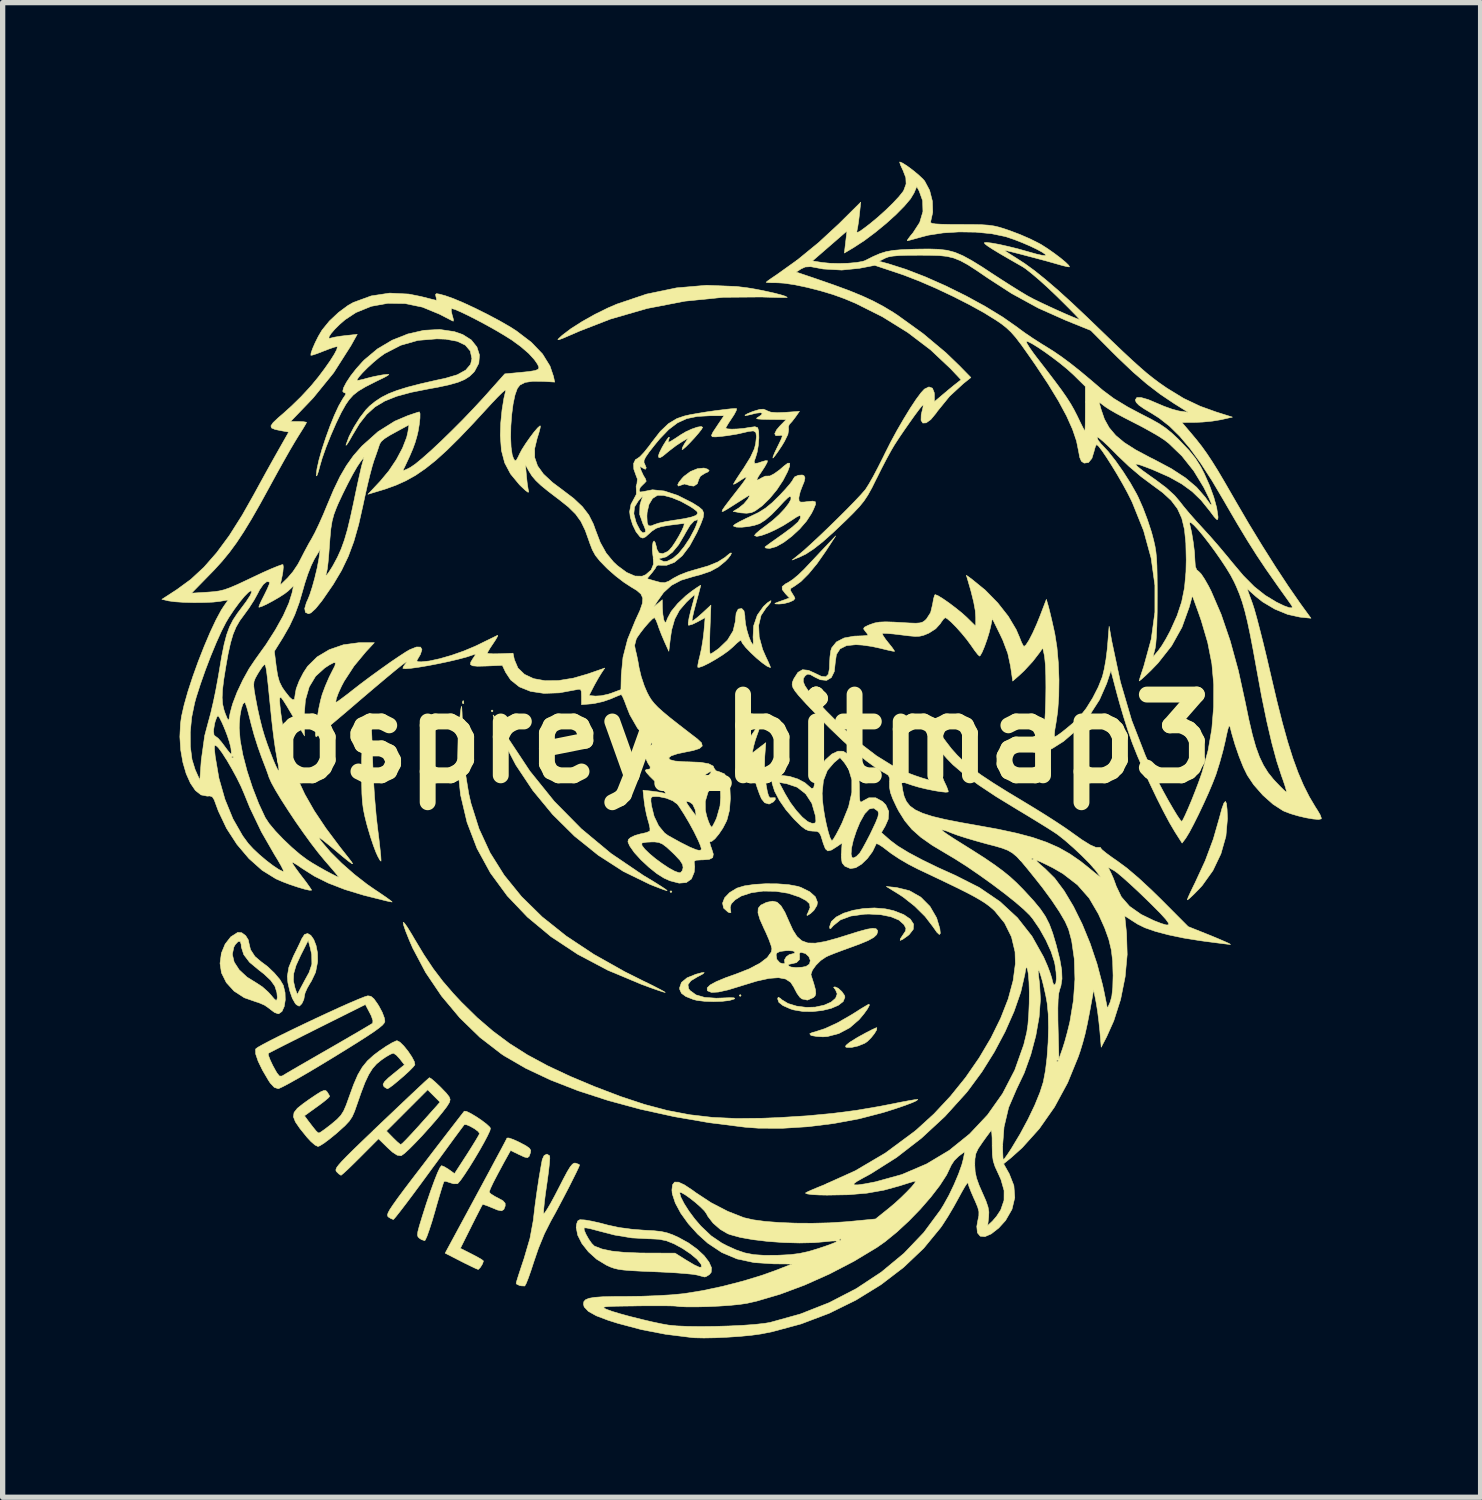
<source format=kicad_pcb>
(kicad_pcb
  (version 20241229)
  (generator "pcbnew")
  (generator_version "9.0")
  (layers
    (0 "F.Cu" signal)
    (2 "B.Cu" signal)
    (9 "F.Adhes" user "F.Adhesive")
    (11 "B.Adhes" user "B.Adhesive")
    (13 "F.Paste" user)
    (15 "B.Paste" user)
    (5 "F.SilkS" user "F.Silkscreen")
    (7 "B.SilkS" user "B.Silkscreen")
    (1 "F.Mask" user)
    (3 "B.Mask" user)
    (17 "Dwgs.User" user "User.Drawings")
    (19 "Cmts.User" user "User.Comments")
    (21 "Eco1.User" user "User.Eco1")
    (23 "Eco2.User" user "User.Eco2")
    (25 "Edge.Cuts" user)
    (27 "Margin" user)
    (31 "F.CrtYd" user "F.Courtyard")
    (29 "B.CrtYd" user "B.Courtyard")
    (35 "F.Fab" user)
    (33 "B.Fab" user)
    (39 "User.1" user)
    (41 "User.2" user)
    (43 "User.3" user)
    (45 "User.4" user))
  (footprint "osprey_bitmap3"
    (layer "F.Cu")
    (at 10.935 10.891)
    (property "Reference" "osprey_bitmap3" (at 0 0 0) (layer "F.SilkS") (effects (font (size 1.524 1.524) (thickness 0.3))))
    (attr through_hole)
    (fp_poly (pts (xy -4.681 -0.526) (xy -4.699 -0.508) (xy -4.717 -0.526) (xy -4.699 -0.544) (xy -4.681 -0.526)) (stroke (width 0.01) (type solid)) (fill yes) (layer "F.SilkS"))
    (fp_poly (pts (xy -1.306 2.885) (xy -1.324 2.903) (xy -1.343 2.885) (xy -1.324 2.867) (xy -1.306 2.885)) (stroke (width 0.01) (type solid)) (fill yes) (layer "F.SilkS"))
    (fp_poly (pts (xy 0 4.844) (xy -0.018 4.862) (xy -0.036 4.844) (xy -0.018 4.826) (xy 0 4.844)) (stroke (width 0.01) (type solid)) (fill yes) (layer "F.SilkS"))
    (fp_poly (pts (xy -5.237 -0.714) (xy -5.233 -0.671) (xy -5.237 -0.665) (xy -5.259 -0.67) (xy -5.261 -0.689) (xy -5.248 -0.719) (xy -5.237 -0.714)) (stroke (width 0.01) (type solid)) (fill yes) (layer "F.SilkS"))
    (fp_poly (pts (xy 2.934 2.807) (xy 3.177 2.867) (xy 3.39 2.988) (xy 3.563 3.162) (xy 3.689 3.379) (xy 3.75 3.583) (xy 3.759 3.672) (xy 3.74 3.694) (xy 3.693 3.65) (xy 3.621 3.547) (xy 3.472 3.353) (xy 3.275 3.158) (xy 3.053 2.983) (xy 2.957 2.921) (xy 2.74 2.787) (xy 2.934 2.807)) (stroke (width 0.01) (type solid)) (fill yes) (layer "F.SilkS"))
    (fp_poly (pts (xy 2.557 5.493) (xy 2.515 5.563) (xy 2.451 5.643) (xy 2.38 5.713) (xy 2.333 5.745) (xy 2.205 5.797) (xy 2.084 5.824) (xy 1.992 5.823) (xy 1.971 5.814) (xy 1.979 5.784) (xy 2.049 5.727) (xy 2.177 5.647) (xy 2.238 5.612) (xy 2.37 5.54) (xy 2.478 5.485) (xy 2.545 5.455) (xy 2.561 5.451) (xy 2.557 5.493)) (stroke (width 0.01) (type solid)) (fill yes) (layer "F.SilkS"))
    (fp_poly (pts (xy -0.635 -5.089) (xy -0.603 -5.062) (xy -0.626 -5.036) (xy -0.686 -5.009) (xy -0.767 -4.957) (xy -0.798 -4.899) (xy -0.826 -4.813) (xy -0.893 -4.768) (xy -0.975 -4.779) (xy -0.983 -4.784) (xy -1.069 -4.808) (xy -1.126 -4.789) (xy -1.183 -4.769) (xy -1.197 -4.792) (xy -1.174 -4.84) (xy -1.113 -4.916) (xy -1.077 -4.954) (xy -0.957 -5.043) (xy -0.824 -5.097) (xy -0.701 -5.109) (xy -0.635 -5.089)) (stroke (width 0.01) (type solid)) (fill yes) (layer "F.SilkS"))
    (fp_poly (pts (xy 9.158 1.219) (xy 9.17 1.33) (xy 9.177 1.507) (xy 9.148 1.839) (xy 9.054 2.17) (xy 8.903 2.486) (xy 8.7 2.77) (xy 8.642 2.833) (xy 8.544 2.933) (xy 8.468 3.005) (xy 8.425 3.039) (xy 8.42 3.038) (xy 8.434 2.995) (xy 8.475 2.904) (xy 8.534 2.781) (xy 8.564 2.721) (xy 8.758 2.301) (xy 8.91 1.893) (xy 9.024 1.496) (xy 9.072 1.319) (xy 9.11 1.214) (xy 9.138 1.181) (xy 9.158 1.219)) (stroke (width 0.01) (type solid)) (fill yes) (layer "F.SilkS"))
    (fp_poly (pts (xy 2.419 5.032) (xy 2.384 5.097) (xy 2.319 5.188) (xy 2.234 5.29) (xy 2.226 5.299) (xy 2.05 5.452) (xy 1.843 5.562) (xy 1.629 5.618) (xy 1.544 5.624) (xy 1.428 5.617) (xy 1.337 5.602) (xy 1.311 5.591) (xy 1.295 5.565) (xy 1.344 5.542) (xy 1.383 5.533) (xy 1.584 5.468) (xy 1.824 5.357) (xy 2.089 5.204) (xy 2.132 5.177) (xy 2.253 5.1) (xy 2.35 5.042) (xy 2.406 5.01) (xy 2.415 5.007) (xy 2.419 5.032)) (stroke (width 0.01) (type solid)) (fill yes) (layer "F.SilkS"))
    (fp_poly (pts (xy -0.717 4.434) (xy -0.805 4.482) (xy -0.822 4.49) (xy -0.948 4.566) (xy -1.003 4.64) (xy -0.99 4.716) (xy -0.965 4.75) (xy -0.851 4.833) (xy -0.688 4.88) (xy -0.47 4.895) (xy -0.355 4.891) (xy -0.211 4.885) (xy -0.134 4.888) (xy -0.119 4.901) (xy -0.132 4.911) (xy -0.221 4.938) (xy -0.359 4.954) (xy -0.521 4.959) (xy -0.686 4.954) (xy -0.83 4.937) (xy -0.899 4.92) (xy -1.043 4.863) (xy -1.126 4.802) (xy -1.159 4.728) (xy -1.161 4.7) (xy -1.126 4.598) (xy -1.021 4.511) (xy -0.856 4.444) (xy -0.743 4.414) (xy -0.697 4.411) (xy -0.717 4.434)) (stroke (width 0.01) (type solid)) (fill yes) (layer "F.SilkS"))
    (fp_poly (pts (xy 1.833 4.708) (xy 1.902 4.772) (xy 1.951 4.843) (xy 1.959 4.875) (xy 1.926 4.958) (xy 1.834 5.029) (xy 1.698 5.087) (xy 1.532 5.127) (xy 1.35 5.147) (xy 1.165 5.145) (xy 0.993 5.116) (xy 0.929 5.096) (xy 0.789 5.034) (xy 0.712 4.973) (xy 0.689 4.906) (xy 0.7 4.876) (xy 0.738 4.897) (xy 0.771 4.926) (xy 0.885 4.995) (xy 1.045 5.044) (xy 1.228 5.068) (xy 1.399 5.063) (xy 1.568 5.026) (xy 1.699 4.968) (xy 1.783 4.895) (xy 1.813 4.814) (xy 1.78 4.734) (xy 1.771 4.724) (xy 1.745 4.688) (xy 1.771 4.681) (xy 1.833 4.708)) (stroke (width 0.01) (type solid)) (fill yes) (layer "F.SilkS"))
    (fp_poly (pts (xy -4.664 -0.433) (xy -4.616 -0.365) (xy -4.544 -0.252) (xy -4.454 -0.106) (xy -4.4 -0.015) (xy -3.987 0.609) (xy -3.527 1.18) (xy -3.016 1.698) (xy -2.456 2.164) (xy -1.843 2.58) (xy -1.757 2.631) (xy -1.612 2.719) (xy -1.497 2.792) (xy -1.421 2.843) (xy -1.396 2.865) (xy -1.398 2.866) (xy -1.445 2.853) (xy -1.542 2.817) (xy -1.671 2.767) (xy -1.725 2.745) (xy -2.22 2.504) (xy -2.695 2.198) (xy -3.144 1.837) (xy -3.558 1.427) (xy -3.93 0.976) (xy -4.252 0.493) (xy -4.517 -0.016) (xy -4.586 -0.179) (xy -4.634 -0.301) (xy -4.668 -0.398) (xy -4.681 -0.449) (xy -4.681 -0.449) (xy -4.664 -0.433)) (stroke (width 0.01) (type solid)) (fill yes) (layer "F.SilkS"))
    (fp_poly (pts (xy 1.595 -3.538) (xy 1.433 -3.306) (xy 1.274 -3.113) (xy 1.127 -2.966) (xy 1.006 -2.88) (xy 0.939 -2.839) (xy 0.929 -2.801) (xy 0.961 -2.748) (xy 1.002 -2.681) (xy 1.016 -2.647) (xy 0.984 -2.611) (xy 0.905 -2.577) (xy 0.805 -2.551) (xy 0.715 -2.543) (xy 0.648 -2.546) (xy 0.636 -2.555) (xy 0.686 -2.576) (xy 0.756 -2.601) (xy 0.912 -2.657) (xy 0.837 -2.737) (xy 0.776 -2.816) (xy 0.775 -2.873) (xy 0.84 -2.925) (xy 0.887 -2.949) (xy 0.973 -3.005) (xy 1.084 -3.097) (xy 1.197 -3.207) (xy 1.208 -3.219) (xy 1.338 -3.357) (xy 1.481 -3.509) (xy 1.594 -3.629) (xy 1.784 -3.828) (xy 1.595 -3.538)) (stroke (width 0.01) (type solid)) (fill yes) (layer "F.SilkS"))
    (fp_poly (pts (xy -0.084 -8.535) (xy 0.119 -8.51) (xy 0.285 -8.482) (xy 0.454 -8.448) (xy 0.612 -8.413) (xy 0.745 -8.379) (xy 0.836 -8.35) (xy 0.871 -8.33) (xy 0.871 -8.33) (xy 0.837 -8.327) (xy 0.744 -8.327) (xy 0.605 -8.33) (xy 0.433 -8.335) (xy 0.389 -8.337) (xy -0.336 -8.331) (xy -1.061 -8.258) (xy -1.775 -8.12) (xy -2.466 -7.92) (xy -3.048 -7.694) (xy -3.233 -7.614) (xy -3.358 -7.56) (xy -3.431 -7.533) (xy -3.458 -7.53) (xy -3.445 -7.55) (xy -3.401 -7.591) (xy -3.375 -7.615) (xy -3.211 -7.739) (xy -2.999 -7.874) (xy -2.759 -8.009) (xy -2.511 -8.131) (xy -2.346 -8.202) (xy -1.786 -8.391) (xy -1.219 -8.509) (xy -0.65 -8.558) (xy -0.084 -8.535)) (stroke (width 0.01) (type solid)) (fill yes) (layer "F.SilkS"))
    (fp_poly (pts (xy 2.721 3.209) (xy 2.876 3.243) (xy 3.067 3.317) (xy 3.193 3.403) (xy 3.254 3.497) (xy 3.248 3.596) (xy 3.171 3.695) (xy 3.144 3.717) (xy 3.047 3.786) (xy 3.001 3.805) (xy 3.006 3.772) (xy 3.052 3.703) (xy 3.102 3.628) (xy 3.11 3.576) (xy 3.077 3.514) (xy 3.071 3.504) (xy 2.978 3.421) (xy 2.827 3.358) (xy 2.633 3.319) (xy 2.409 3.307) (xy 2.325 3.31) (xy 2.07 3.345) (xy 1.875 3.417) (xy 1.739 3.526) (xy 1.733 3.533) (xy 1.689 3.583) (xy 1.672 3.577) (xy 1.67 3.545) (xy 1.703 3.448) (xy 1.795 3.363) (xy 1.935 3.291) (xy 2.11 3.237) (xy 2.307 3.203) (xy 2.515 3.192) (xy 2.721 3.209)) (stroke (width 0.01) (type solid)) (fill yes) (layer "F.SilkS"))
    (fp_poly (pts (xy -0.726 -5.878) (xy -0.748 -5.838) (xy -0.805 -5.766) (xy -0.882 -5.677) (xy -0.966 -5.587) (xy -1.043 -5.51) (xy -1.097 -5.464) (xy -1.114 -5.457) (xy -1.108 -5.494) (xy -1.07 -5.565) (xy -1.064 -5.574) (xy -0.998 -5.675) (xy -1.119 -5.604) (xy -1.223 -5.536) (xy -1.34 -5.447) (xy -1.379 -5.416) (xy -1.476 -5.336) (xy -1.532 -5.303) (xy -1.556 -5.312) (xy -1.56 -5.34) (xy -1.543 -5.394) (xy -1.499 -5.484) (xy -1.468 -5.539) (xy -1.405 -5.64) (xy -1.365 -5.691) (xy -1.353 -5.687) (xy -1.368 -5.636) (xy -1.377 -5.604) (xy -1.365 -5.596) (xy -1.322 -5.618) (xy -1.236 -5.672) (xy -1.142 -5.735) (xy -1.039 -5.796) (xy -0.928 -5.846) (xy -0.826 -5.881) (xy -0.753 -5.893) (xy -0.726 -5.878)) (stroke (width 0.01) (type solid)) (fill yes) (layer "F.SilkS"))
    (fp_poly (pts (xy -6.996 -0.457) (xy -6.986 -0.368) (xy -6.977 -0.227) (xy -6.968 -0.042) (xy -6.96 0.176) (xy -6.957 0.297) (xy -6.942 0.704) (xy -6.917 1.101) (xy -6.885 1.467) (xy -6.858 1.7) (xy -6.833 1.899) (xy -6.814 2.071) (xy -6.8 2.205) (xy -6.795 2.288) (xy -6.796 2.309) (xy -6.818 2.287) (xy -6.857 2.216) (xy -6.893 2.136) (xy -6.939 2.014) (xy -6.994 1.85) (xy -7.047 1.672) (xy -7.067 1.6) (xy -7.103 1.455) (xy -7.129 1.326) (xy -7.146 1.193) (xy -7.156 1.038) (xy -7.16 0.843) (xy -7.162 0.653) (xy -7.161 0.397) (xy -7.154 0.197) (xy -7.142 0.039) (xy -7.122 -0.094) (xy -7.098 -0.2) (xy -7.061 -0.328) (xy -7.029 -0.429) (xy -7.006 -0.481) (xy -7.004 -0.483) (xy -6.996 -0.457)) (stroke (width 0.01) (type solid)) (fill yes) (layer "F.SilkS"))
    (fp_poly (pts (xy 0.689 2.737) (xy 0.898 2.753) (xy 1.071 2.785) (xy 1.128 2.804) (xy 1.295 2.887) (xy 1.401 2.982) (xy 1.44 3.083) (xy 1.431 3.144) (xy 1.374 3.237) (xy 1.31 3.297) (xy 1.25 3.334) (xy 1.24 3.326) (xy 1.264 3.276) (xy 1.301 3.184) (xy 1.291 3.113) (xy 1.226 3.052) (xy 1.101 2.986) (xy 0.889 2.915) (xy 0.654 2.878) (xy 0.416 2.874) (xy 0.193 2.905) (xy 0.002 2.967) (xy -0.112 3.038) (xy -0.186 3.114) (xy -0.206 3.182) (xy -0.201 3.219) (xy -0.192 3.279) (xy -0.218 3.283) (xy -0.25 3.268) (xy -0.331 3.194) (xy -0.35 3.101) (xy -0.311 3) (xy -0.217 2.902) (xy -0.079 2.818) (xy 0.06 2.776) (xy 0.249 2.748) (xy 0.466 2.735) (xy 0.689 2.737)) (stroke (width 0.01) (type solid)) (fill yes) (layer "F.SilkS"))
    (fp_poly (pts (xy 0.349 -0.244) (xy 0.346 -0.204) (xy 0.321 -0.125) (xy 0.313 -0.105) (xy 0.269 0.02) (xy 0.235 0.144) (xy 0.209 0.27) (xy 0.466 0.073) (xy 0.446 0.337) (xy 0.442 0.519) (xy 0.453 0.721) (xy 0.471 0.866) (xy 0.496 1.002) (xy 0.519 1.08) (xy 0.545 1.113) (xy 0.58 1.114) (xy 0.584 1.113) (xy 0.644 1.112) (xy 0.644 1.148) (xy 0.61 1.19) (xy 0.528 1.232) (xy 0.445 1.207) (xy 0.385 1.133) (xy 0.346 1.042) (xy 0.301 0.915) (xy 0.273 0.825) (xy 0.213 0.617) (xy 0.094 0.708) (xy 0.016 0.764) (xy -0.035 0.796) (xy -0.042 0.798) (xy -0.053 0.766) (xy -0.048 0.682) (xy -0.031 0.565) (xy -0.006 0.432) (xy 0.025 0.302) (xy 0.058 0.193) (xy 0.072 0.155) (xy 0.128 0.045) (xy 0.194 -0.066) (xy 0.26 -0.162) (xy 0.315 -0.227) (xy 0.348 -0.245) (xy 0.349 -0.244)) (stroke (width 0.01) (type solid)) (fill yes) (layer "F.SilkS"))
    (fp_poly (pts (xy -5.271 -0.586) (xy -5.266 -0.501) (xy -5.262 -0.371) (xy -5.261 -0.243) (xy -5.247 0.2) (xy -5.205 0.636) (xy -5.139 1.04) (xy -5.098 1.218) (xy -4.946 1.698) (xy -4.738 2.149) (xy -4.471 2.575) (xy -4.144 2.978) (xy -3.755 3.36) (xy -3.301 3.722) (xy -2.781 4.067) (xy -2.192 4.398) (xy -1.874 4.557) (xy -1.709 4.637) (xy -1.574 4.706) (xy -1.479 4.756) (xy -1.434 4.783) (xy -1.433 4.787) (xy -1.48 4.775) (xy -1.579 4.742) (xy -1.718 4.693) (xy -1.881 4.633) (xy -1.888 4.63) (xy -2.516 4.367) (xy -3.083 4.067) (xy -3.588 3.733) (xy -4.032 3.364) (xy -4.413 2.964) (xy -4.731 2.531) (xy -4.984 2.068) (xy -5.172 1.576) (xy -5.295 1.055) (xy -5.351 0.506) (xy -5.34 -0.069) (xy -5.333 -0.153) (xy -5.316 -0.325) (xy -5.3 -0.468) (xy -5.287 -0.569) (xy -5.277 -0.613) (xy -5.277 -0.614) (xy -5.271 -0.586)) (stroke (width 0.01) (type solid)) (fill yes) (layer "F.SilkS"))
    (fp_poly (pts (xy -8.12 3.709) (xy -8.065 3.787) (xy -8.021 3.9) (xy -7.994 4.039) (xy -7.991 4.195) (xy -7.993 4.215) (xy -8.03 4.406) (xy -8.11 4.574) (xy -8.125 4.596) (xy -8.187 4.703) (xy -8.228 4.795) (xy -8.237 4.835) (xy -8.252 4.919) (xy -8.289 4.998) (xy -8.333 5.042) (xy -8.343 5.044) (xy -8.39 5.019) (xy -8.413 4.995) (xy -8.468 4.898) (xy -8.517 4.758) (xy -8.552 4.605) (xy -8.556 4.565) (xy -8.449 4.565) (xy -8.419 4.699) (xy -8.415 4.711) (xy -8.375 4.825) (xy -8.294 4.671) (xy -8.23 4.551) (xy -8.168 4.438) (xy -8.152 4.409) (xy -8.1 4.254) (xy -8.103 4.071) (xy -8.131 3.943) (xy -8.169 3.804) (xy -8.312 4.087) (xy -8.399 4.278) (xy -8.443 4.431) (xy -8.449 4.565) (xy -8.556 4.565) (xy -8.563 4.482) (xy -8.534 4.311) (xy -8.448 4.102) (xy -8.445 4.096) (xy -8.381 3.966) (xy -8.325 3.85) (xy -8.291 3.774) (xy -8.239 3.693) (xy -8.18 3.674) (xy -8.12 3.709)) (stroke (width 0.01) (type solid)) (fill yes) (layer "F.SilkS"))
    (fp_poly (pts (xy 0.479 -6.197) (xy 0.488 -6.191) (xy 0.562 -6.163) (xy 0.68 -6.154) (xy 0.833 -6.16) (xy 1.101 -6.179) (xy 1.021 -6.066) (xy 0.961 -5.988) (xy 0.916 -5.939) (xy 0.91 -5.935) (xy 0.893 -5.889) (xy 0.896 -5.834) (xy 0.883 -5.745) (xy 0.818 -5.612) (xy 0.765 -5.524) (xy 0.692 -5.415) (xy 0.634 -5.335) (xy 0.601 -5.298) (xy 0.599 -5.298) (xy 0.604 -5.327) (xy 0.636 -5.404) (xy 0.688 -5.513) (xy 0.692 -5.52) (xy 0.749 -5.637) (xy 0.775 -5.702) (xy 0.772 -5.727) (xy 0.742 -5.727) (xy 0.729 -5.723) (xy 0.654 -5.72) (xy 0.634 -5.757) (xy 0.669 -5.829) (xy 0.729 -5.9) (xy 0.849 -6.023) (xy 0.542 -6.026) (xy 0.397 -6.029) (xy 0.315 -6.035) (xy 0.29 -6.047) (xy 0.312 -6.065) (xy 0.318 -6.068) (xy 0.38 -6.109) (xy 0.399 -6.139) (xy 0.371 -6.154) (xy 0.283 -6.144) (xy 0.136 -6.108) (xy 0.076 -6.097) (xy 0.073 -6.107) (xy 0.117 -6.133) (xy 0.2 -6.168) (xy 0.242 -6.183) (xy 0.352 -6.216) (xy 0.422 -6.22) (xy 0.479 -6.197)) (stroke (width 0.01) (type solid)) (fill yes) (layer "F.SilkS"))
    (fp_poly (pts (xy -4.3 7.561) (xy -4.189 7.612) (xy -4.179 7.617) (xy -4.059 7.681) (xy -3.994 7.727) (xy -3.97 7.767) (xy -3.976 7.812) (xy -4 7.879) (xy -4.032 7.905) (xy -4.09 7.892) (xy -4.19 7.846) (xy -4.35 7.768) (xy -4.475 7.993) (xy -4.587 8.201) (xy -4.674 8.367) (xy -4.73 8.486) (xy -4.753 8.55) (xy -4.753 8.555) (xy -4.724 8.587) (xy -4.648 8.635) (xy -4.593 8.663) (xy -4.495 8.717) (xy -4.453 8.764) (xy -4.452 8.816) (xy -4.478 8.882) (xy -4.521 8.907) (xy -4.597 8.892) (xy -4.698 8.85) (xy -4.796 8.81) (xy -4.863 8.788) (xy -4.879 8.787) (xy -4.899 8.822) (xy -4.944 8.91) (xy -5.009 9.037) (xy -5.086 9.19) (xy -5.094 9.207) (xy -5.298 9.615) (xy -5.08 9.725) (xy -4.97 9.783) (xy -4.892 9.829) (xy -4.862 9.854) (xy -4.862 9.854) (xy -4.88 9.908) (xy -4.918 9.971) (xy -4.955 10.011) (xy -4.963 10.013) (xy -5.005 9.997) (xy -5.095 9.954) (xy -5.218 9.894) (xy -5.287 9.859) (xy -5.585 9.706) (xy -5.007 8.636) (xy -4.869 8.38) (xy -4.742 8.144) (xy -4.631 7.936) (xy -4.538 7.764) (xy -4.469 7.634) (xy -4.428 7.555) (xy -4.418 7.534) (xy -4.382 7.533) (xy -4.3 7.561)) (stroke (width 0.01) (type solid)) (fill yes) (layer "F.SilkS"))
    (fp_poly (pts (xy -3.614 7.869) (xy -3.613 7.871) (xy -3.61 7.917) (xy -3.618 8.02) (xy -3.634 8.168) (xy -3.658 8.345) (xy -3.666 8.402) (xy -3.693 8.588) (xy -3.713 8.751) (xy -3.725 8.877) (xy -3.729 8.95) (xy -3.728 8.959) (xy -3.708 8.948) (xy -3.663 8.882) (xy -3.596 8.769) (xy -3.515 8.619) (xy -3.455 8.503) (xy -3.355 8.308) (xy -3.281 8.169) (xy -3.226 8.079) (xy -3.184 8.028) (xy -3.15 8.007) (xy -3.122 8.008) (xy -3.063 8.03) (xy -3.048 8.042) (xy -3.064 8.084) (xy -3.108 8.177) (xy -3.173 8.308) (xy -3.252 8.465) (xy -3.34 8.634) (xy -3.429 8.803) (xy -3.512 8.959) (xy -3.584 9.088) (xy -3.595 9.108) (xy -3.712 9.34) (xy -3.825 9.616) (xy -3.911 9.868) (xy -3.966 10.036) (xy -4.016 10.178) (xy -4.056 10.278) (xy -4.082 10.324) (xy -4.085 10.326) (xy -4.146 10.323) (xy -4.182 10.316) (xy -4.236 10.29) (xy -4.245 10.274) (xy -4.234 10.231) (xy -4.204 10.134) (xy -4.159 9.996) (xy -4.104 9.831) (xy -4.098 9.814) (xy -3.984 9.425) (xy -3.92 9.078) (xy -3.916 9.035) (xy -3.889 8.806) (xy -3.853 8.545) (xy -3.813 8.281) (xy -3.772 8.045) (xy -3.752 7.938) (xy -3.717 7.863) (xy -3.664 7.837) (xy -3.614 7.869)) (stroke (width 0.01) (type solid)) (fill yes) (layer "F.SilkS"))
    (fp_poly (pts (xy -9.423 3.66) (xy -9.349 3.715) (xy -9.299 3.796) (xy -9.289 3.848) (xy -9.258 3.979) (xy -9.174 4.108) (xy -9.063 4.203) (xy -8.935 4.299) (xy -8.809 4.419) (xy -8.704 4.543) (xy -8.64 4.651) (xy -8.638 4.656) (xy -8.606 4.79) (xy -8.602 4.928) (xy -8.622 5.052) (xy -8.664 5.145) (xy -8.724 5.188) (xy -8.736 5.189) (xy -8.804 5.165) (xy -8.885 5.105) (xy -8.894 5.096) (xy -8.99 5.028) (xy -9.114 4.975) (xy -9.147 4.966) (xy -9.376 4.886) (xy -9.568 4.761) (xy -9.714 4.601) (xy -9.806 4.416) (xy -9.833 4.237) (xy -9.81 4.067) (xy -9.601 4.067) (xy -9.566 4.214) (xy -9.471 4.36) (xy -9.324 4.497) (xy -9.145 4.608) (xy -9.034 4.681) (xy -8.921 4.782) (xy -8.883 4.824) (xy -8.813 4.906) (xy -8.776 4.937) (xy -8.759 4.922) (xy -8.752 4.88) (xy -8.76 4.79) (xy -8.794 4.68) (xy -8.802 4.662) (xy -8.878 4.556) (xy -9.006 4.436) (xy -9.099 4.364) (xy -9.276 4.217) (xy -9.385 4.073) (xy -9.432 3.926) (xy -9.434 3.881) (xy -9.451 3.825) (xy -9.492 3.826) (xy -9.544 3.881) (xy -9.572 3.93) (xy -9.601 4.067) (xy -9.81 4.067) (xy -9.808 4.047) (xy -9.737 3.875) (xy -9.631 3.738) (xy -9.5 3.654) (xy -9.497 3.653) (xy -9.423 3.66)) (stroke (width 0.01) (type solid)) (fill yes) (layer "F.SilkS"))
    (fp_poly (pts (xy -6.353 3.478) (xy -6.296 3.559) (xy -6.207 3.704) (xy -6.172 3.765) (xy -5.985 4.076) (xy -5.809 4.34) (xy -5.628 4.578) (xy -5.427 4.811) (xy -5.281 4.967) (xy -4.984 5.259) (xy -4.684 5.517) (xy -4.371 5.75) (xy -4.032 5.965) (xy -3.656 6.168) (xy -3.23 6.368) (xy -2.776 6.559) (xy -2.278 6.749) (xy -1.822 6.9) (xy -1.392 7.014) (xy -0.971 7.094) (xy -0.541 7.144) (xy -0.086 7.165) (xy 0.411 7.16) (xy 0.722 7.147) (xy 1.251 7.114) (xy 1.728 7.069) (xy 2.176 7.011) (xy 2.616 6.936) (xy 2.83 6.894) (xy 3.009 6.858) (xy 3.16 6.83) (xy 3.271 6.811) (xy 3.328 6.805) (xy 3.333 6.805) (xy 3.313 6.827) (xy 3.231 6.865) (xy 3.094 6.917) (xy 2.91 6.98) (xy 2.688 7.05) (xy 2.667 7.056) (xy 2.225 7.171) (xy 1.75 7.259) (xy 1.261 7.32) (xy 0.779 7.35) (xy 0.327 7.348) (xy 0.073 7.329) (xy -0.603 7.244) (xy -1.263 7.13) (xy -1.9 6.99) (xy -2.506 6.826) (xy -3.074 6.642) (xy -3.595 6.439) (xy -4.062 6.219) (xy -4.466 5.985) (xy -4.526 5.945) (xy -4.928 5.635) (xy -5.307 5.267) (xy -5.653 4.854) (xy -5.953 4.41) (xy -6.197 3.949) (xy -6.259 3.807) (xy -6.331 3.627) (xy -6.37 3.512) (xy -6.377 3.463) (xy -6.353 3.478)) (stroke (width 0.01) (type solid)) (fill yes) (layer "F.SilkS"))
    (fp_poly (pts (xy -5.847 6.415) (xy -5.776 6.475) (xy -5.683 6.563) (xy -5.662 6.584) (xy -5.563 6.687) (xy -5.509 6.756) (xy -5.491 6.806) (xy -5.501 6.852) (xy -5.507 6.866) (xy -5.556 6.944) (xy -5.642 7.055) (xy -5.753 7.19) (xy -5.881 7.336) (xy -6.014 7.484) (xy -6.144 7.621) (xy -6.26 7.738) (xy -6.352 7.823) (xy -6.411 7.865) (xy -6.419 7.868) (xy -6.491 7.857) (xy -6.58 7.799) (xy -6.673 7.714) (xy -6.842 7.548) (xy -7.185 7.892) (xy -7.313 8.019) (xy -7.422 8.125) (xy -7.504 8.2) (xy -7.547 8.235) (xy -7.55 8.237) (xy -7.589 8.213) (xy -7.631 8.172) (xy -7.645 8.152) (xy -7.646 8.127) (xy -7.632 8.092) (xy -7.595 8.042) (xy -7.533 7.972) (xy -7.439 7.875) (xy -7.31 7.747) (xy -7.14 7.583) (xy -6.95 7.401) (xy -6.693 7.401) (xy -6.569 7.528) (xy -6.492 7.603) (xy -6.437 7.649) (xy -6.421 7.656) (xy -6.389 7.631) (xy -6.32 7.562) (xy -6.223 7.459) (xy -6.113 7.339) (xy -5.993 7.205) (xy -5.884 7.083) (xy -5.799 6.988) (xy -5.755 6.939) (xy -5.682 6.856) (xy -5.915 6.623) (xy -6.304 7.012) (xy -6.693 7.401) (xy -6.95 7.401) (xy -6.925 7.376) (xy -6.798 7.255) (xy -6.586 7.054) (xy -6.391 6.869) (xy -6.219 6.706) (xy -6.076 6.572) (xy -5.968 6.471) (xy -5.901 6.411) (xy -5.882 6.395) (xy -5.847 6.415)) (stroke (width 0.01) (type solid)) (fill yes) (layer "F.SilkS"))
    (fp_poly (pts (xy -6.985 4.86) (xy -6.929 4.907) (xy -6.86 5.004) (xy -6.835 5.044) (xy -6.772 5.162) (xy -6.732 5.269) (xy -6.722 5.331) (xy -6.734 5.362) (xy -6.766 5.401) (xy -6.826 5.452) (xy -6.919 5.52) (xy -7.052 5.609) (xy -7.23 5.723) (xy -7.459 5.866) (xy -7.693 6.01) (xy -7.934 6.156) (xy -8.158 6.29) (xy -8.357 6.405) (xy -8.523 6.498) (xy -8.647 6.564) (xy -8.722 6.599) (xy -8.737 6.602) (xy -8.809 6.578) (xy -8.885 6.497) (xy -8.918 6.447) (xy -9.032 6.253) (xy -9.114 6.084) (xy -9.159 5.952) (xy -9.16 5.937) (xy -8.924 5.937) (xy -8.919 5.976) (xy -8.888 6.058) (xy -8.84 6.161) (xy -8.783 6.265) (xy -8.758 6.307) (xy -8.712 6.364) (xy -8.665 6.364) (xy -8.624 6.341) (xy -8.572 6.309) (xy -8.466 6.247) (xy -8.316 6.16) (xy -8.132 6.054) (xy -7.924 5.934) (xy -7.765 5.843) (xy -7.549 5.718) (xy -7.353 5.604) (xy -7.186 5.507) (xy -7.058 5.431) (xy -6.976 5.382) (xy -6.952 5.366) (xy -6.948 5.318) (xy -6.978 5.229) (xy -7.005 5.176) (xy -7.09 5.014) (xy -7.999 5.468) (xy -8.236 5.587) (xy -8.45 5.695) (xy -8.635 5.788) (xy -8.78 5.862) (xy -8.879 5.913) (xy -8.923 5.936) (xy -8.924 5.937) (xy -9.16 5.937) (xy -9.163 5.865) (xy -9.157 5.849) (xy -9.115 5.819) (xy -9.017 5.764) (xy -8.872 5.688) (xy -8.691 5.597) (xy -8.483 5.495) (xy -8.258 5.387) (xy -8.026 5.277) (xy -7.798 5.171) (xy -7.582 5.072) (xy -7.389 4.986) (xy -7.229 4.918) (xy -7.112 4.871) (xy -7.047 4.851) (xy -7.043 4.85) (xy -6.985 4.86)) (stroke (width 0.01) (type solid)) (fill yes) (layer "F.SilkS"))
    (fp_poly (pts (xy -2.961 9.079) (xy -2.928 9.083) (xy -2.816 9.103) (xy -2.666 9.137) (xy -2.51 9.178) (xy -2.504 9.179) (xy -2.307 9.222) (xy -2.069 9.254) (xy -1.832 9.273) (xy -1.645 9.283) (xy -1.508 9.298) (xy -1.396 9.323) (xy -1.289 9.361) (xy -1.179 9.411) (xy -0.992 9.514) (xy -0.83 9.631) (xy -0.699 9.753) (xy -0.607 9.873) (xy -0.559 9.981) (xy -0.565 10.069) (xy -0.6 10.111) (xy -0.661 10.148) (xy -0.687 10.156) (xy -0.733 10.145) (xy -0.818 10.122) (xy -0.835 10.118) (xy -0.911 10.105) (xy -1.045 10.092) (xy -1.225 10.078) (xy -1.434 10.066) (xy -1.651 10.056) (xy -1.894 10.046) (xy -2.077 10.036) (xy -2.213 10.025) (xy -2.316 10.011) (xy -2.396 9.992) (xy -2.469 9.966) (xy -2.545 9.931) (xy -2.548 9.929) (xy -2.727 9.82) (xy -2.882 9.68) (xy -3.004 9.525) (xy -3.084 9.366) (xy -3.11 9.229) (xy -2.963 9.229) (xy -2.961 9.271) (xy -2.928 9.349) (xy -2.877 9.44) (xy -2.82 9.522) (xy -2.771 9.571) (xy -2.767 9.573) (xy -2.625 9.628) (xy -2.441 9.667) (xy -2.205 9.691) (xy -1.909 9.703) (xy -1.793 9.704) (xy -1.246 9.706) (xy -1.031 9.841) (xy -0.882 9.929) (xy -0.788 9.972) (xy -0.746 9.969) (xy -0.754 9.921) (xy -0.76 9.91) (xy -0.831 9.822) (xy -0.951 9.721) (xy -1.102 9.619) (xy -1.265 9.53) (xy -1.275 9.526) (xy -1.411 9.472) (xy -1.548 9.444) (xy -1.719 9.435) (xy -1.744 9.435) (xy -2.063 9.418) (xy -2.388 9.364) (xy -2.698 9.284) (xy -2.822 9.251) (xy -2.916 9.231) (xy -2.962 9.228) (xy -2.963 9.229) (xy -3.11 9.229) (xy -3.112 9.218) (xy -3.104 9.156) (xy -3.083 9.098) (xy -3.043 9.075) (xy -2.961 9.079)) (stroke (width 0.01) (type solid)) (fill yes) (layer "F.SilkS"))
    (fp_poly (pts (xy 1.186 -4.965) (xy 1.205 -4.923) (xy 1.188 -4.847) (xy 1.159 -4.778) (xy 1.116 -4.666) (xy 1.092 -4.565) (xy 1.089 -4.54) (xy 1.094 -4.488) (xy 1.123 -4.466) (xy 1.195 -4.468) (xy 1.252 -4.476) (xy 1.351 -4.485) (xy 1.401 -4.472) (xy 1.405 -4.424) (xy 1.367 -4.332) (xy 1.328 -4.253) (xy 1.233 -4.107) (xy 1.105 -3.959) (xy 0.957 -3.822) (xy 0.805 -3.707) (xy 0.662 -3.626) (xy 0.543 -3.593) (xy 0.533 -3.592) (xy 0.465 -3.6) (xy 0.449 -3.618) (xy 0.45 -3.619) (xy 0.49 -3.65) (xy 0.576 -3.713) (xy 0.693 -3.796) (xy 0.792 -3.866) (xy 0.965 -3.994) (xy 1.074 -4.092) (xy 1.118 -4.161) (xy 1.118 -4.164) (xy 1.12 -4.204) (xy 1.1 -4.212) (xy 1.048 -4.186) (xy 0.949 -4.121) (xy 0.937 -4.113) (xy 0.792 -4.022) (xy 0.643 -3.943) (xy 0.501 -3.879) (xy 0.381 -3.836) (xy 0.295 -3.819) (xy 0.255 -3.834) (xy 0.254 -3.84) (xy 0.282 -3.875) (xy 0.355 -3.938) (xy 0.458 -4.015) (xy 0.47 -4.024) (xy 0.6 -4.124) (xy 0.72 -4.233) (xy 0.822 -4.342) (xy 0.898 -4.44) (xy 0.94 -4.517) (xy 0.94 -4.563) (xy 0.915 -4.572) (xy 0.88 -4.547) (xy 0.81 -4.479) (xy 0.72 -4.382) (xy 0.691 -4.35) (xy 0.575 -4.231) (xy 0.455 -4.128) (xy 0.353 -4.063) (xy 0.348 -4.06) (xy 0.248 -4.027) (xy 0.129 -4.004) (xy 0.011 -3.992) (xy -0.085 -3.994) (xy -0.14 -4.011) (xy -0.145 -4.022) (xy -0.114 -4.049) (xy -0.031 -4.096) (xy 0.089 -4.156) (xy 0.16 -4.189) (xy 0.327 -4.269) (xy 0.46 -4.352) (xy 0.587 -4.456) (xy 0.723 -4.59) (xy 0.831 -4.705) (xy 0.916 -4.803) (xy 0.969 -4.873) (xy 0.98 -4.896) (xy 1.01 -4.942) (xy 1.08 -4.973) (xy 1.154 -4.978) (xy 1.186 -4.965)) (stroke (width 0.01) (type solid)) (fill yes) (layer "F.SilkS"))
    (fp_poly (pts (xy -6.438 5.725) (xy -6.364 5.798) (xy -6.285 5.896) (xy -6.215 6) (xy -6.167 6.091) (xy -6.156 6.15) (xy -6.156 6.152) (xy -6.191 6.196) (xy -6.264 6.27) (xy -6.362 6.36) (xy -6.468 6.451) (xy -6.566 6.532) (xy -6.641 6.587) (xy -6.675 6.604) (xy -6.72 6.579) (xy -6.746 6.554) (xy -6.756 6.519) (xy -6.729 6.471) (xy -6.657 6.4) (xy -6.57 6.328) (xy -6.353 6.152) (xy -6.438 6.043) (xy -6.503 5.971) (xy -6.558 5.934) (xy -6.566 5.933) (xy -6.618 5.953) (xy -6.706 6.004) (xy -6.787 6.06) (xy -6.878 6.134) (xy -6.956 6.222) (xy -7.027 6.336) (xy -7.098 6.486) (xy -7.174 6.686) (xy -7.245 6.89) (xy -7.294 7.03) (xy -7.339 7.131) (xy -7.394 7.214) (xy -7.472 7.298) (xy -7.588 7.403) (xy -7.634 7.444) (xy -7.76 7.547) (xy -7.87 7.63) (xy -7.952 7.681) (xy -7.985 7.693) (xy -8.041 7.666) (xy -8.12 7.597) (xy -8.191 7.52) (xy -8.325 7.354) (xy -8.411 7.229) (xy -8.448 7.133) (xy -8.436 7.052) (xy -8.374 6.973) (xy -8.261 6.883) (xy -8.156 6.808) (xy -8.018 6.715) (xy -7.928 6.659) (xy -7.871 6.636) (xy -7.836 6.639) (xy -7.811 6.664) (xy -7.774 6.724) (xy -7.765 6.749) (xy -7.793 6.78) (xy -7.865 6.84) (xy -7.969 6.919) (xy -8.003 6.943) (xy -8.24 7.114) (xy -8.167 7.213) (xy -8.078 7.329) (xy -8.022 7.398) (xy -7.987 7.431) (xy -7.965 7.439) (xy -7.926 7.417) (xy -7.847 7.361) (xy -7.743 7.281) (xy -7.726 7.267) (xy -7.624 7.181) (xy -7.554 7.107) (xy -7.501 7.024) (xy -7.452 6.911) (xy -7.399 6.763) (xy -7.312 6.524) (xy -7.232 6.339) (xy -7.148 6.196) (xy -7.052 6.078) (xy -6.934 5.971) (xy -6.825 5.889) (xy -6.699 5.803) (xy -6.588 5.737) (xy -6.511 5.701) (xy -6.492 5.697) (xy -6.438 5.725)) (stroke (width 0.01) (type solid)) (fill yes) (layer "F.SilkS"))
    (fp_poly (pts (xy -5.183 7.031) (xy -5.104 7.069) (xy -5.003 7.129) (xy -4.897 7.2) (xy -4.805 7.27) (xy -4.743 7.328) (xy -4.73 7.35) (xy -4.741 7.397) (xy -4.785 7.491) (xy -4.853 7.62) (xy -4.938 7.771) (xy -5.032 7.929) (xy -5.127 8.083) (xy -5.216 8.219) (xy -5.29 8.325) (xy -5.341 8.386) (xy -5.355 8.396) (xy -5.425 8.397) (xy -5.498 8.375) (xy -5.57 8.351) (xy -5.606 8.352) (xy -5.621 8.391) (xy -5.652 8.488) (xy -5.695 8.63) (xy -5.746 8.805) (xy -5.778 8.919) (xy -5.833 9.107) (xy -5.885 9.267) (xy -5.928 9.388) (xy -5.96 9.458) (xy -5.971 9.47) (xy -6.03 9.451) (xy -6.07 9.425) (xy -6.097 9.399) (xy -6.107 9.362) (xy -6.1 9.299) (xy -6.073 9.197) (xy -6.025 9.04) (xy -6.024 9.035) (xy -5.939 8.768) (xy -5.859 8.533) (xy -5.787 8.336) (xy -5.727 8.185) (xy -5.681 8.089) (xy -5.653 8.055) (xy -5.653 8.055) (xy -5.602 8.075) (xy -5.523 8.122) (xy -5.513 8.13) (xy -5.408 8.205) (xy -5.171 7.839) (xy -5.08 7.695) (xy -5.005 7.573) (xy -4.954 7.486) (xy -4.935 7.447) (xy -4.935 7.447) (xy -4.964 7.408) (xy -5.031 7.358) (xy -5.114 7.311) (xy -5.187 7.281) (xy -5.224 7.281) (xy -5.251 7.317) (xy -5.316 7.404) (xy -5.413 7.535) (xy -5.535 7.702) (xy -5.678 7.898) (xy -5.837 8.114) (xy -5.893 8.191) (xy -6.055 8.412) (xy -6.204 8.613) (xy -6.334 8.786) (xy -6.44 8.924) (xy -6.516 9.02) (xy -6.558 9.068) (xy -6.563 9.071) (xy -6.611 9.052) (xy -6.656 9.024) (xy -6.67 9.007) (xy -6.673 8.981) (xy -6.66 8.941) (xy -6.627 8.881) (xy -6.569 8.794) (xy -6.484 8.674) (xy -6.366 8.515) (xy -6.213 8.313) (xy -6.019 8.06) (xy -5.986 8.017) (xy -5.81 7.786) (xy -5.647 7.574) (xy -5.503 7.387) (xy -5.383 7.232) (xy -5.293 7.115) (xy -5.238 7.045) (xy -5.224 7.027) (xy -5.183 7.031)) (stroke (width 0.01) (type solid)) (fill yes) (layer "F.SilkS"))
    (fp_poly (pts (xy -5.411 -7.683) (xy -5.253 -7.628) (xy -5.092 -7.526) (xy -4.986 -7.393) (xy -4.937 -7.242) (xy -4.95 -7.086) (xy -5.029 -6.936) (xy -5.045 -6.916) (xy -5.124 -6.84) (xy -5.219 -6.779) (xy -5.344 -6.727) (xy -5.51 -6.68) (xy -5.729 -6.633) (xy -5.887 -6.605) (xy -6.224 -6.538) (xy -6.5 -6.463) (xy -6.725 -6.373) (xy -6.91 -6.262) (xy -7.065 -6.122) (xy -7.202 -5.948) (xy -7.332 -5.732) (xy -7.333 -5.73) (xy -7.395 -5.621) (xy -7.438 -5.554) (xy -7.456 -5.538) (xy -7.454 -5.552) (xy -7.397 -5.706) (xy -7.305 -5.883) (xy -7.194 -6.059) (xy -7.08 -6.208) (xy -7.011 -6.279) (xy -6.901 -6.368) (xy -6.785 -6.444) (xy -6.651 -6.512) (xy -6.491 -6.574) (xy -6.294 -6.635) (xy -6.05 -6.698) (xy -5.749 -6.767) (xy -5.58 -6.803) (xy -5.357 -6.869) (xy -5.197 -6.957) (xy -5.105 -7.066) (xy -5.08 -7.173) (xy -5.111 -7.318) (xy -5.203 -7.427) (xy -5.357 -7.501) (xy -5.574 -7.541) (xy -5.744 -7.547) (xy -6.098 -7.518) (xy -6.422 -7.426) (xy -6.725 -7.27) (xy -6.734 -7.264) (xy -6.832 -7.193) (xy -6.941 -7.102) (xy -7.05 -7.002) (xy -7.146 -6.905) (xy -7.216 -6.825) (xy -7.248 -6.774) (xy -7.247 -6.763) (xy -7.209 -6.766) (xy -7.125 -6.785) (xy -7.074 -6.8) (xy -6.929 -6.836) (xy -6.777 -6.865) (xy -6.749 -6.869) (xy -6.678 -6.877) (xy -6.648 -6.874) (xy -6.667 -6.856) (xy -6.738 -6.817) (xy -6.868 -6.754) (xy -6.9 -6.738) (xy -7.086 -6.644) (xy -7.22 -6.564) (xy -7.319 -6.486) (xy -7.398 -6.398) (xy -7.461 -6.307) (xy -7.547 -6.154) (xy -7.644 -5.953) (xy -7.742 -5.729) (xy -7.833 -5.501) (xy -7.906 -5.294) (xy -7.946 -5.157) (xy -7.977 -5.042) (xy -8.001 -4.973) (xy -8.015 -4.961) (xy -8.017 -4.973) (xy -8.004 -5.092) (xy -7.967 -5.259) (xy -7.91 -5.461) (xy -7.838 -5.679) (xy -7.758 -5.9) (xy -7.675 -6.105) (xy -7.594 -6.28) (xy -7.521 -6.408) (xy -7.513 -6.421) (xy -7.465 -6.493) (xy -7.462 -6.525) (xy -7.493 -6.531) (xy -7.518 -6.557) (xy -7.501 -6.625) (xy -7.449 -6.725) (xy -7.368 -6.848) (xy -7.264 -6.981) (xy -7.145 -7.114) (xy -7.112 -7.148) (xy -6.864 -7.356) (xy -6.586 -7.521) (xy -6.289 -7.639) (xy -5.986 -7.708) (xy -5.689 -7.724) (xy -5.411 -7.683)) (stroke (width 0.01) (type solid)) (fill yes) (layer "F.SilkS"))
    (fp_poly (pts (xy 0.678 3.083) (xy 0.752 3.151) (xy 0.827 3.275) (xy 0.901 3.443) (xy 0.977 3.61) (xy 1.055 3.732) (xy 1.146 3.812) (xy 1.258 3.853) (xy 1.402 3.856) (xy 1.588 3.825) (xy 1.824 3.76) (xy 2.008 3.702) (xy 2.223 3.635) (xy 2.378 3.593) (xy 2.483 3.576) (xy 2.545 3.583) (xy 2.573 3.614) (xy 2.576 3.64) (xy 2.559 3.694) (xy 2.502 3.748) (xy 2.396 3.807) (xy 2.234 3.874) (xy 2.076 3.932) (xy 1.911 3.992) (xy 1.762 4.048) (xy 1.648 4.094) (xy 1.6 4.117) (xy 1.501 4.184) (xy 1.411 4.274) (xy 1.345 4.366) (xy 1.318 4.442) (xy 1.32 4.46) (xy 1.373 4.625) (xy 1.403 4.736) (xy 1.409 4.807) (xy 1.395 4.852) (xy 1.362 4.884) (xy 1.251 4.931) (xy 1.148 4.909) (xy 1.108 4.877) (xy 1.055 4.804) (xy 1.002 4.704) (xy 0.999 4.695) (xy 0.935 4.595) (xy 0.839 4.533) (xy 0.705 4.508) (xy 0.527 4.521) (xy 0.299 4.571) (xy 0.014 4.658) (xy 0.002 4.662) (xy -0.246 4.738) (xy -0.432 4.779) (xy -0.56 4.786) (xy -0.631 4.757) (xy -0.639 4.748) (xy -0.64 4.7) (xy -0.584 4.645) (xy -0.468 4.582) (xy -0.288 4.507) (xy -0.104 4.442) (xy 0.154 4.341) (xy 0.266 4.282) (xy 0.889 4.282) (xy 0.94 4.307) (xy 1.037 4.317) (xy 1.151 4.31) (xy 1.225 4.295) (xy 1.29 4.251) (xy 1.306 4.183) (xy 1.278 4.11) (xy 1.215 4.052) (xy 1.124 4.028) (xy 1.123 4.028) (xy 1.098 4.054) (xy 1.103 4.087) (xy 1.102 4.166) (xy 1.044 4.224) (xy 0.955 4.245) (xy 0.896 4.257) (xy 0.889 4.282) (xy 0.266 4.282) (xy 0.355 4.235) (xy 0.494 4.128) (xy 0.532 4.075) (xy 0.66 4.075) (xy 0.673 4.161) (xy 0.731 4.227) (xy 0.791 4.245) (xy 0.828 4.234) (xy 0.824 4.223) (xy 0.817 4.174) (xy 0.852 4.114) (xy 0.911 4.071) (xy 0.945 4.064) (xy 1.003 4.048) (xy 1.016 4.026) (xy 0.983 4.004) (xy 0.893 3.997) (xy 0.844 3.999) (xy 0.732 4.013) (xy 0.675 4.042) (xy 0.66 4.075) (xy 0.532 4.075) (xy 0.569 4.023) (xy 0.581 3.964) (xy 0.565 3.9) (xy 0.525 3.789) (xy 0.466 3.652) (xy 0.432 3.581) (xy 0.355 3.408) (xy 0.318 3.284) (xy 0.323 3.198) (xy 0.371 3.139) (xy 0.463 3.094) (xy 0.491 3.084) (xy 0.594 3.064) (xy 0.678 3.083)) (stroke (width 0.01) (type solid)) (fill yes) (layer "F.SilkS"))
    (fp_poly (pts (xy -6.271 -8.392) (xy -6.042 -8.346) (xy -5.909 -8.312) (xy -5.807 -8.287) (xy -5.753 -8.274) (xy -5.749 -8.273) (xy -5.749 -8.303) (xy -5.759 -8.345) (xy -5.766 -8.385) (xy -5.749 -8.4) (xy -5.693 -8.391) (xy -5.583 -8.361) (xy -5.433 -8.308) (xy -5.238 -8.226) (xy -5.016 -8.123) (xy -4.784 -8.007) (xy -4.56 -7.888) (xy -4.36 -7.773) (xy -4.241 -7.697) (xy -3.959 -7.482) (xy -3.748 -7.262) (xy -3.607 -7.034) (xy -3.541 -6.84) (xy -3.518 -6.731) (xy -3.721 -6.744) (xy -3.928 -6.747) (xy -4.076 -6.725) (xy -4.173 -6.675) (xy -4.223 -6.611) (xy -4.267 -6.488) (xy -4.303 -6.317) (xy -4.329 -6.116) (xy -4.345 -5.902) (xy -4.349 -5.693) (xy -4.341 -5.507) (xy -4.32 -5.36) (xy -4.293 -5.283) (xy -4.267 -5.248) (xy -4.241 -5.258) (xy -4.205 -5.323) (xy -4.182 -5.373) (xy -4.135 -5.461) (xy -4.066 -5.569) (xy -3.987 -5.682) (xy -3.909 -5.786) (xy -3.842 -5.864) (xy -3.797 -5.904) (xy -3.788 -5.904) (xy -3.792 -5.866) (xy -3.815 -5.778) (xy -3.85 -5.666) (xy -3.896 -5.476) (xy -3.895 -5.307) (xy -3.841 -5.15) (xy -3.73 -4.996) (xy -3.558 -4.836) (xy -3.38 -4.703) (xy -3.159 -4.535) (xy -2.995 -4.38) (xy -2.875 -4.224) (xy -2.788 -4.052) (xy -2.755 -3.959) (xy -2.658 -3.705) (xy -2.546 -3.504) (xy -2.408 -3.337) (xy -2.336 -3.269) (xy -2.16 -3.139) (xy -2.003 -3.071) (xy -1.868 -3.068) (xy -1.799 -3.097) (xy -1.698 -3.186) (xy -1.654 -3.294) (xy -1.659 -3.405) (xy -1.551 -3.405) (xy -1.536 -3.383) (xy -1.524 -3.375) (xy -1.46 -3.344) (xy -1.395 -3.35) (xy -1.304 -3.396) (xy -1.279 -3.411) (xy -1.183 -3.493) (xy -1.075 -3.625) (xy -0.969 -3.785) (xy -0.879 -3.955) (xy -0.858 -4.002) (xy -0.826 -4.086) (xy -0.814 -4.133) (xy -0.815 -4.137) (xy -0.888 -4.111) (xy -0.965 -4.028) (xy -1.051 -3.883) (xy -1.07 -3.847) (xy -1.18 -3.661) (xy -1.297 -3.52) (xy -1.412 -3.434) (xy -1.5 -3.41) (xy -1.551 -3.405) (xy -1.659 -3.405) (xy -1.661 -3.439) (xy -1.664 -3.455) (xy -1.675 -3.554) (xy -1.673 -3.644) (xy -1.662 -3.709) (xy -1.643 -3.733) (xy -1.621 -3.701) (xy -1.598 -3.618) (xy -1.589 -3.575) (xy -1.552 -3.508) (xy -1.479 -3.493) (xy -1.389 -3.533) (xy -1.354 -3.562) (xy -1.301 -3.624) (xy -1.239 -3.717) (xy -1.175 -3.824) (xy -1.12 -3.927) (xy -1.083 -4.011) (xy -1.073 -4.058) (xy -1.079 -4.063) (xy -1.127 -4.058) (xy -1.225 -4.046) (xy -1.353 -4.03) (xy -1.356 -4.03) (xy -1.503 -4.005) (xy -1.603 -3.972) (xy -1.684 -3.918) (xy -1.726 -3.88) (xy -1.804 -3.81) (xy -1.854 -3.787) (xy -1.897 -3.803) (xy -1.909 -3.813) (xy -1.982 -3.905) (xy -2.047 -4.039) (xy -2.092 -4.185) (xy -2.099 -4.248) (xy -2.025 -4.248) (xy -1.984 -4.092) (xy -1.96 -4.037) (xy -1.903 -3.929) (xy -1.855 -3.885) (xy -1.809 -3.9) (xy -1.804 -3.905) (xy -1.806 -3.947) (xy -1.837 -4.027) (xy -1.853 -4.058) (xy -1.902 -4.199) (xy -1.778 -4.199) (xy -1.772 -4.079) (xy -1.75 -4.021) (xy -1.701 -4.016) (xy -1.637 -4.042) (xy -1.558 -4.069) (xy -1.43 -4.097) (xy -1.276 -4.123) (xy -1.217 -4.131) (xy -1.062 -4.156) (xy -0.935 -4.185) (xy -0.855 -4.214) (xy -0.841 -4.224) (xy -0.819 -4.258) (xy -0.836 -4.294) (xy -0.901 -4.345) (xy -0.966 -4.387) (xy -1.138 -4.482) (xy -1.309 -4.552) (xy -1.46 -4.592) (xy -1.573 -4.595) (xy -1.58 -4.593) (xy -1.671 -4.535) (xy -1.739 -4.422) (xy -1.774 -4.269) (xy -1.778 -4.199) (xy -1.902 -4.199) (xy -1.915 -4.235) (xy -1.909 -4.412) (xy -1.887 -4.488) (xy -1.85 -4.59) (xy -1.941 -4.488) (xy -2.011 -4.375) (xy -2.025 -4.248) (xy -2.099 -4.248) (xy -2.104 -4.286) (xy -2.078 -4.425) (xy -2.03 -4.513) (xy -1.977 -4.614) (xy -1.977 -4.68) (xy -1.981 -4.768) (xy -1.966 -4.812) (xy -1.957 -4.902) (xy -1.982 -4.967) (xy -2.025 -5.088) (xy -2.029 -5.195) (xy -1.994 -5.268) (xy -1.959 -5.287) (xy -1.908 -5.324) (xy -1.83 -5.407) (xy -1.738 -5.522) (xy -1.687 -5.592) (xy -1.526 -5.799) (xy -1.372 -5.946) (xy -1.211 -6.043) (xy -1.07 -6.091) (xy -0.965 -6.115) (xy -0.822 -6.14) (xy -0.659 -6.167) (xy -0.49 -6.191) (xy -0.333 -6.211) (xy -0.202 -6.226) (xy -0.114 -6.232) (xy -0.084 -6.229) (xy -0.093 -6.191) (xy -0.134 -6.114) (xy -0.178 -6.047) (xy -0.24 -5.953) (xy -0.281 -5.884) (xy -0.29 -5.863) (xy -0.258 -5.848) (xy -0.175 -5.843) (xy -0.063 -5.847) (xy 0.056 -5.858) (xy 0.154 -5.875) (xy 0.261 -5.889) (xy 0.313 -5.87) (xy 0.332 -5.797) (xy 0.335 -5.678) (xy 0.325 -5.541) (xy 0.303 -5.41) (xy 0.277 -5.322) (xy 0.246 -5.232) (xy 0.257 -5.195) (xy 0.318 -5.203) (xy 0.384 -5.226) (xy 0.459 -5.248) (xy 0.498 -5.247) (xy 0.489 -5.211) (xy 0.447 -5.135) (xy 0.403 -5.067) (xy 0.328 -4.954) (xy 0.297 -4.894) (xy 0.309 -4.881) (xy 0.363 -4.909) (xy 0.382 -4.921) (xy 0.454 -4.956) (xy 0.497 -4.958) (xy 0.497 -4.958) (xy 0.543 -4.959) (xy 0.625 -5.002) (xy 0.729 -5.077) (xy 0.803 -5.142) (xy 0.879 -5.2) (xy 0.917 -5.2) (xy 0.916 -5.147) (xy 0.879 -5.045) (xy 0.803 -4.898) (xy 0.792 -4.877) (xy 0.675 -4.7) (xy 0.539 -4.535) (xy 0.398 -4.397) (xy 0.264 -4.3) (xy 0.192 -4.267) (xy 0.102 -4.256) (xy -0.01 -4.264) (xy -0.019 -4.266) (xy -0.15 -4.291) (xy -0.046 -4.354) (xy 0.051 -4.432) (xy 0.123 -4.517) (xy 0.158 -4.579) (xy 0.147 -4.592) (xy 0.14 -4.588) (xy 0.087 -4.555) (xy -0.008 -4.495) (xy -0.128 -4.419) (xy -0.162 -4.397) (xy -0.264 -4.333) (xy -0.331 -4.295) (xy -0.36 -4.289) (xy -0.351 -4.32) (xy -0.301 -4.393) (xy -0.21 -4.513) (xy -0.076 -4.685) (xy -0.076 -4.685) (xy 0.028 -4.819) (xy 0.086 -4.902) (xy 0.1 -4.937) (xy 0.071 -4.929) (xy -0.002 -4.884) (xy -0.045 -4.854) (xy -0.112 -4.813) (xy -0.145 -4.802) (xy -0.145 -4.804) (xy -0.126 -4.84) (xy -0.075 -4.922) (xy 0.000308 -5.036) (xy 0.052 -5.112) (xy 0.176 -5.312) (xy 0.25 -5.472) (xy 0.274 -5.567) (xy 0.289 -5.705) (xy 0.278 -5.782) (xy 0.231 -5.81) (xy 0.136 -5.799) (xy 0.066 -5.782) (xy -0.082 -5.749) (xy -0.255 -5.721) (xy -0.359 -5.708) (xy -0.478 -5.697) (xy -0.544 -5.699) (xy -0.56 -5.725) (xy -0.531 -5.787) (xy -0.459 -5.895) (xy -0.428 -5.942) (xy -0.323 -6.096) (xy -0.588 -6.096) (xy -0.827 -6.083) (xy -1.026 -6.042) (xy -1.201 -5.962) (xy -1.367 -5.836) (xy -1.539 -5.657) (xy -1.636 -5.539) (xy -1.74 -5.406) (xy -1.802 -5.316) (xy -1.831 -5.256) (xy -1.833 -5.213) (xy -1.818 -5.181) (xy -1.79 -5.112) (xy -1.808 -5.085) (xy -1.866 -5.114) (xy -1.869 -5.117) (xy -1.905 -5.141) (xy -1.906 -5.118) (xy -1.886 -5.059) (xy -1.844 -4.968) (xy -1.806 -4.907) (xy -1.791 -4.86) (xy -1.837 -4.81) (xy -1.845 -4.804) (xy -1.902 -4.746) (xy -1.924 -4.691) (xy -1.907 -4.657) (xy -1.86 -4.662) (xy -1.672 -4.699) (xy -1.45 -4.676) (xy -1.2 -4.594) (xy -0.927 -4.456) (xy -0.895 -4.437) (xy -0.794 -4.373) (xy -0.731 -4.318) (xy -0.706 -4.257) (xy -0.716 -4.175) (xy -0.76 -4.057) (xy -0.836 -3.888) (xy -0.836 -3.888) (xy -0.97 -3.641) (xy -1.111 -3.454) (xy -1.258 -3.33) (xy -1.405 -3.274) (xy -1.493 -3.274) (xy -1.566 -3.277) (xy -1.597 -3.262) (xy -1.618 -3.219) (xy -1.671 -3.147) (xy -1.686 -3.129) (xy -1.775 -3.022) (xy -1.636 -2.981) (xy -1.52 -2.95) (xy -1.441 -2.946) (xy -1.365 -2.974) (xy -1.273 -3.032) (xy -1.166 -3.088) (xy -1.019 -3.146) (xy -0.863 -3.193) (xy -0.857 -3.194) (xy -0.619 -3.263) (xy -0.439 -3.337) (xy -0.302 -3.424) (xy -0.263 -3.458) (xy -0.203 -3.505) (xy -0.182 -3.505) (xy -0.197 -3.468) (xy -0.244 -3.406) (xy -0.299 -3.349) (xy -0.432 -3.241) (xy -0.581 -3.16) (xy -0.769 -3.096) (xy -0.897 -3.063) (xy -1.132 -2.992) (xy -1.315 -2.895) (xy -1.463 -2.76) (xy -1.581 -2.594) (xy -1.648 -2.486) (xy -1.568 -2.555) (xy -1.488 -2.624) (xy -1.485 -2.464) (xy -1.477 -2.348) (xy -1.461 -2.253) (xy -1.455 -2.233) (xy -1.434 -2.194) (xy -1.413 -2.21) (xy -1.388 -2.275) (xy -1.318 -2.405) (xy -1.197 -2.552) (xy -1.042 -2.699) (xy -0.929 -2.787) (xy -0.839 -2.85) (xy -0.778 -2.889) (xy -0.762 -2.896) (xy -0.771 -2.858) (xy -0.795 -2.767) (xy -0.83 -2.637) (xy -0.851 -2.56) (xy -0.889 -2.417) (xy -0.915 -2.303) (xy -0.927 -2.234) (xy -0.927 -2.221) (xy -0.895 -2.236) (xy -0.826 -2.29) (xy -0.741 -2.364) (xy -0.57 -2.522) (xy -0.588 -2.059) (xy -0.593 -1.886) (xy -0.594 -1.742) (xy -0.592 -1.642) (xy -0.585 -1.598) (xy -0.584 -1.598) (xy -0.545 -1.618) (xy -0.469 -1.67) (xy -0.417 -1.708) (xy -0.257 -1.862) (xy -0.151 -2.036) (xy -0.109 -2.214) (xy -0.108 -2.232) (xy -0.094 -2.371) (xy -0.055 -2.447) (xy 0.008 -2.458) (xy 0.014 -2.456) (xy 0.054 -2.414) (xy 0.071 -2.321) (xy 0.073 -2.26) (xy 0.084 -2.163) (xy 0.11 -2.045) (xy 0.145 -1.929) (xy 0.183 -1.834) (xy 0.217 -1.782) (xy 0.226 -1.778) (xy 0.23 -1.81) (xy 0.227 -1.889) (xy 0.225 -1.917) (xy 0.236 -2.131) (xy 0.305 -2.333) (xy 0.422 -2.497) (xy 0.497 -2.566) (xy 0.551 -2.602) (xy 0.565 -2.604) (xy 0.554 -2.569) (xy 0.503 -2.506) (xy 0.476 -2.478) (xy 0.376 -2.328) (xy 0.331 -2.14) (xy 0.341 -1.923) (xy 0.406 -1.686) (xy 0.465 -1.551) (xy 0.515 -1.445) (xy 0.547 -1.37) (xy 0.554 -1.343) (xy 0.493 -1.367) (xy 0.401 -1.432) (xy 0.292 -1.522) (xy 0.183 -1.624) (xy 0.087 -1.723) (xy 0.022 -1.806) (xy 0 -1.855) (xy -0.022 -1.852) (xy -0.081 -1.805) (xy -0.157 -1.732) (xy -0.239 -1.661) (xy -0.351 -1.581) (xy -0.478 -1.501) (xy -0.604 -1.429) (xy -0.713 -1.375) (xy -0.791 -1.348) (xy -0.818 -1.35) (xy -0.817 -1.39) (xy -0.8 -1.478) (xy -0.779 -1.562) (xy -0.747 -1.706) (xy -0.719 -1.88) (xy -0.702 -2.023) (xy -0.679 -2.286) (xy -0.827 -2.205) (xy -0.919 -2.161) (xy -0.983 -2.143) (xy -0.997 -2.146) (xy -0.998 -2.189) (xy -0.982 -2.283) (xy -0.952 -2.409) (xy -0.945 -2.435) (xy -0.91 -2.564) (xy -0.883 -2.664) (xy -0.871 -2.716) (xy -0.871 -2.719) (xy -0.894 -2.705) (xy -0.955 -2.652) (xy -1.034 -2.576) (xy -1.164 -2.425) (xy -1.253 -2.258) (xy -1.311 -2.055) (xy -1.336 -1.887) (xy -1.364 -1.651) (xy -1.446 -1.832) (xy -1.503 -1.966) (xy -1.554 -2.098) (xy -1.571 -2.15) (xy -1.604 -2.236) (xy -1.633 -2.283) (xy -1.639 -2.286) (xy -1.677 -2.259) (xy -1.743 -2.192) (xy -1.823 -2.1) (xy -1.9 -2.001) (xy -1.961 -1.914) (xy -1.979 -1.882) (xy -2.01 -1.762) (xy -1.996 -1.683) (xy -1.973 -1.591) (xy -1.946 -1.459) (xy -1.926 -1.343) (xy -1.887 -1.178) (xy -1.827 -0.998) (xy -1.775 -0.877) (xy -1.736 -0.802) (xy -1.693 -0.734) (xy -1.639 -0.666) (xy -1.568 -0.592) (xy -1.471 -0.505) (xy -1.342 -0.398) (xy -1.173 -0.265) (xy -0.957 -0.098) (xy -0.824 0.004) (xy -0.747 0.077) (xy -0.733 0.136) (xy -0.786 0.183) (xy -0.907 0.222) (xy -1.01 0.242) (xy -1.201 0.282) (xy -1.32 0.322) (xy -1.367 0.361) (xy -1.342 0.395) (xy -1.247 0.42) (xy -1.08 0.433) (xy -0.991 0.435) (xy -0.766 0.444) (xy -0.612 0.471) (xy -0.527 0.515) (xy -0.508 0.559) (xy -0.476 0.603) (xy -0.408 0.624) (xy -0.313 0.663) (xy -0.248 0.759) (xy -0.212 0.916) (xy -0.203 1.125) (xy -0.22 1.35) (xy -0.266 1.527) (xy -0.28 1.561) (xy -0.344 1.685) (xy -0.42 1.798) (xy -0.494 1.887) (xy -0.555 1.936) (xy -0.585 1.939) (xy -0.593 1.956) (xy -0.576 2.022) (xy -0.558 2.069) (xy -0.525 2.176) (xy -0.536 2.242) (xy -0.6 2.275) (xy -0.726 2.285) (xy -0.752 2.285) (xy -0.848 2.291) (xy -0.886 2.311) (xy -0.884 2.341) (xy -0.876 2.412) (xy -0.885 2.512) (xy -0.887 2.522) (xy -0.938 2.645) (xy -1.034 2.713) (xy -1.17 2.724) (xy -1.343 2.679) (xy -1.455 2.629) (xy -1.59 2.544) (xy -1.741 2.423) (xy -1.889 2.285) (xy -2.015 2.147) (xy -2.099 2.027) (xy -2.104 2.019) (xy -2.124 1.971) (xy -1.875 1.971) (xy -1.871 2.013) (xy -1.817 2.083) (xy -1.727 2.17) (xy -1.613 2.265) (xy -1.487 2.357) (xy -1.363 2.439) (xy -1.253 2.499) (xy -1.171 2.528) (xy -1.143 2.527) (xy -1.11 2.487) (xy -1.095 2.433) (xy -1.104 2.373) (xy -1.153 2.295) (xy -1.251 2.19) (xy -1.294 2.148) (xy -1.404 2.046) (xy -1.484 1.986) (xy -1.554 1.956) (xy -1.633 1.946) (xy -1.677 1.946) (xy -1.784 1.951) (xy -1.858 1.963) (xy -1.875 1.971) (xy -2.124 1.971) (xy -2.136 1.944) (xy -2.127 1.9) (xy -2.086 1.864) (xy -2.003 1.824) (xy -1.893 1.793) (xy -1.878 1.791) (xy -1.784 1.769) (xy -1.726 1.743) (xy -1.721 1.738) (xy -1.72 1.687) (xy -1.74 1.596) (xy -1.753 1.552) (xy -1.787 1.424) (xy -1.817 1.269) (xy -1.828 1.184) (xy -1.83 1.174) (xy -1.703 1.174) (xy -1.692 1.261) (xy -1.642 1.463) (xy -1.557 1.641) (xy -1.445 1.777) (xy -1.378 1.826) (xy -1.143 1.956) (xy -0.966 2.045) (xy -0.846 2.094) (xy -0.795 2.105) (xy -0.76 2.1) (xy -0.75 2.076) (xy -0.767 2.017) (xy -0.813 1.908) (xy -0.817 1.901) (xy -0.888 1.755) (xy -0.979 1.588) (xy -1.076 1.424) (xy -1.165 1.286) (xy -1.206 1.231) (xy -1.246 1.202) (xy -1.032 1.202) (xy -1.029 1.207) (xy -0.991 1.266) (xy -0.937 1.341) (xy -0.886 1.41) (xy -0.854 1.449) (xy -0.85 1.451) (xy -0.852 1.42) (xy -0.866 1.345) (xy -0.867 1.337) (xy -0.915 1.234) (xy -0.973 1.193) (xy -1.01 1.184) (xy -0.677 1.184) (xy -0.675 1.345) (xy -0.651 1.454) (xy -0.617 1.559) (xy -0.582 1.638) (xy -0.555 1.669) (xy -0.533 1.639) (xy -0.493 1.562) (xy -0.463 1.497) (xy -0.398 1.267) (xy -0.386 1.105) (xy -0.391 0.946) (xy -0.409 0.854) (xy -0.443 0.823) (xy -0.498 0.847) (xy -0.529 0.873) (xy -0.626 1.011) (xy -0.677 1.184) (xy -1.01 1.184) (xy -1.03 1.178) (xy -1.032 1.202) (xy -1.246 1.202) (xy -1.287 1.171) (xy -1.411 1.121) (xy -1.549 1.092) (xy -1.607 1.089) (xy -1.672 1.092) (xy -1.7 1.114) (xy -1.703 1.174) (xy -1.83 1.174) (xy -1.852 0.97) (xy -1.679 0.989) (xy -1.559 1.005) (xy -1.46 1.025) (xy -1.433 1.033) (xy -1.426 1.021) (xy -1.465 0.969) (xy -1.513 0.917) (xy -0.911 0.917) (xy -0.9 0.949) (xy -0.844 0.947) (xy -0.799 0.898) (xy -0.736 0.817) (xy -0.652 0.728) (xy -0.641 0.717) (xy -0.577 0.649) (xy -0.564 0.619) (xy -0.592 0.624) (xy -0.652 0.661) (xy -0.736 0.727) (xy -0.782 0.768) (xy -0.874 0.859) (xy -0.911 0.917) (xy -1.513 0.917) (xy -1.541 0.887) (xy -1.61 0.819) (xy -1.724 0.707) (xy -1.789 0.634) (xy -1.809 0.595) (xy -1.79 0.581) (xy -1.782 0.581) (xy -1.72 0.569) (xy -1.715 0.529) (xy -1.761 0.456) (xy -1.8 0.369) (xy -1.814 0.269) (xy -1.801 0.18) (xy -1.751 0.137) (xy -1.733 0.131) (xy -1.684 0.114) (xy -1.68 0.091) (xy -1.724 0.044) (xy -1.764 0.009) (xy -1.955 -0.2) (xy -2.101 -0.455) (xy -2.158 -0.598) (xy -2.202 -0.716) (xy -2.239 -0.801) (xy -2.262 -0.834) (xy -2.263 -0.834) (xy -2.306 -0.819) (xy -2.392 -0.783) (xy -2.458 -0.754) (xy -2.605 -0.703) (xy -2.767 -0.667) (xy -2.821 -0.66) (xy -3.012 -0.644) (xy -3.012 -0.798) (xy -3.015 -0.893) (xy -3.032 -0.933) (xy -3.077 -0.934) (xy -3.111 -0.926) (xy -3.431 -0.867) (xy -3.721 -0.857) (xy -3.974 -0.895) (xy -4.185 -0.98) (xy -4.348 -1.11) (xy -4.443 -1.253) (xy -4.506 -1.386) (xy -4.811 -1.373) (xy -4.971 -1.369) (xy -5.067 -1.377) (xy -5.108 -1.402) (xy -5.101 -1.448) (xy -5.056 -1.522) (xy -5.055 -1.522) (xy -5.016 -1.582) (xy -5.021 -1.597) (xy -5.064 -1.582) (xy -5.182 -1.543) (xy -5.34 -1.501) (xy -5.522 -1.458) (xy -5.717 -1.417) (xy -5.91 -1.38) (xy -6.087 -1.35) (xy -6.234 -1.33) (xy -6.337 -1.322) (xy -6.383 -1.329) (xy -6.373 -1.362) (xy -6.329 -1.422) (xy -6.307 -1.453) (xy -6.334 -1.441) (xy -6.41 -1.385) (xy -6.535 -1.284) (xy -6.712 -1.137) (xy -6.941 -0.944) (xy -7.223 -0.704) (xy -7.292 -0.644) (xy -7.484 -0.48) (xy -7.658 -0.333) (xy -7.806 -0.208) (xy -7.921 -0.113) (xy -7.996 -0.054) (xy -8.021 -0.036) (xy -8.032 -0.069) (xy -8.029 -0.156) (xy -8.016 -0.282) (xy -7.994 -0.429) (xy -7.967 -0.583) (xy -7.936 -0.725) (xy -7.906 -0.835) (xy -7.846 -0.996) (xy -7.773 -1.165) (xy -7.722 -1.266) (xy -7.666 -1.376) (xy -7.654 -1.432) (xy -7.687 -1.437) (xy -7.771 -1.393) (xy -7.857 -1.337) (xy -8.029 -1.181) (xy -8.15 -0.98) (xy -8.222 -0.731) (xy -8.246 -0.43) (xy -8.245 -0.381) (xy -8.239 -0.054) (xy -8.474 -0.452) (xy -8.57 -0.614) (xy -8.636 -0.719) (xy -8.676 -0.774) (xy -8.698 -0.786) (xy -8.707 -0.762) (xy -8.709 -0.72) (xy -8.702 -0.624) (xy -8.686 -0.483) (xy -8.662 -0.322) (xy -8.653 -0.268) (xy -8.58 0.095) (xy -8.49 0.427) (xy -8.376 0.741) (xy -8.233 1.047) (xy -8.055 1.359) (xy -7.836 1.687) (xy -7.569 2.044) (xy -7.414 2.24) (xy -7.354 2.318) (xy -7.33 2.357) (xy -7.346 2.356) (xy -7.406 2.313) (xy -7.514 2.226) (xy -7.638 2.122) (xy -7.789 1.996) (xy -7.89 1.914) (xy -7.946 1.873) (xy -7.964 1.868) (xy -7.949 1.897) (xy -7.917 1.941) (xy -7.749 2.138) (xy -7.536 2.35) (xy -7.298 2.559) (xy -7.054 2.749) (xy -6.931 2.834) (xy -6.791 2.928) (xy -6.68 3.005) (xy -6.608 3.058) (xy -6.585 3.08) (xy -6.587 3.08) (xy -6.649 3.069) (xy -6.695 3.059) (xy -7.119 2.953) (xy -7.48 2.843) (xy -7.787 2.724) (xy -8.051 2.593) (xy -8.281 2.447) (xy -8.377 2.381) (xy -8.448 2.339) (xy -8.475 2.33) (xy -8.46 2.362) (xy -8.409 2.438) (xy -8.332 2.543) (xy -8.292 2.595) (xy -8.206 2.708) (xy -8.142 2.798) (xy -8.108 2.849) (xy -8.106 2.857) (xy -8.15 2.857) (xy -8.243 2.836) (xy -8.37 2.798) (xy -8.511 2.751) (xy -8.651 2.698) (xy -8.771 2.646) (xy -8.781 2.641) (xy -9.039 2.481) (xy -9.287 2.26) (xy -9.514 1.992) (xy -9.71 1.69) (xy -9.864 1.365) (xy -9.903 1.26) (xy -9.943 1.151) (xy -9.978 1.096) (xy -10.024 1.079) (xy -10.076 1.082) (xy -10.191 1.059) (xy -10.298 0.975) (xy -10.392 0.837) (xy -10.472 0.658) (xy -10.534 0.445) (xy -10.575 0.211) (xy -10.591 -0.037) (xy -10.587 -0.124) (xy -10.395 -0.124) (xy -10.393 0.147) (xy -10.362 0.39) (xy -10.303 0.581) (xy -10.214 0.78) (xy -10.187 0.402) (xy -10.158 0.196) (xy -9.938 0.196) (xy -9.926 0.315) (xy -9.925 0.327) (xy -9.854 0.744) (xy -9.74 1.143) (xy -9.59 1.51) (xy -9.407 1.83) (xy -9.301 1.975) (xy -9.209 2.075) (xy -9.091 2.186) (xy -8.961 2.296) (xy -8.835 2.392) (xy -8.726 2.465) (xy -8.65 2.502) (xy -8.636 2.504) (xy -8.641 2.475) (xy -8.679 2.399) (xy -8.743 2.287) (xy -8.805 2.186) (xy -9.052 1.756) (xy -9.269 1.303) (xy -9.377 1.038) (xy -9.436 0.9) (xy -9.516 0.738) (xy -9.609 0.567) (xy -9.703 0.405) (xy -9.742 0.345) (xy -9.616 0.345) (xy -9.598 0.363) (xy -9.579 0.345) (xy -9.598 0.327) (xy -9.616 0.345) (xy -9.742 0.345) (xy -9.791 0.268) (xy -9.863 0.171) (xy -9.892 0.142) (xy -9.923 0.122) (xy -9.938 0.136) (xy -9.938 0.196) (xy -10.158 0.196) (xy -10.123 -0.057) (xy -10.097 -0.155) (xy -9.957 -0.155) (xy -9.946 -0.068) (xy -9.905 -0.036) (xy -9.904 -0.036) (xy -9.868 -0.009) (xy -9.807 0.061) (xy -9.757 0.127) (xy -9.69 0.217) (xy -9.641 0.276) (xy -9.624 0.29) (xy -9.619 0.259) (xy -9.627 0.18) (xy -9.632 0.154) (xy -9.656 0.06) (xy -9.696 -0.061) (xy -9.745 -0.189) (xy -9.75 -0.201) (xy -9.471 -0.201) (xy -9.453 0.029) (xy -9.402 0.304) (xy -9.323 0.607) (xy -9.221 0.92) (xy -9.102 1.226) (xy -8.98 1.488) (xy -8.907 1.599) (xy -8.789 1.74) (xy -8.642 1.894) (xy -8.48 2.048) (xy -8.318 2.187) (xy -8.187 2.284) (xy -8.095 2.343) (xy -7.976 2.413) (xy -7.849 2.485) (xy -7.731 2.548) (xy -7.639 2.594) (xy -7.592 2.612) (xy -7.591 2.612) (xy -7.61 2.587) (xy -7.667 2.518) (xy -7.754 2.416) (xy -7.859 2.295) (xy -7.979 2.149) (xy -8.116 1.971) (xy -8.261 1.771) (xy -8.408 1.561) (xy -8.548 1.35) (xy -8.676 1.151) (xy -8.784 0.973) (xy -8.864 0.828) (xy -8.909 0.727) (xy -8.915 0.708) (xy -8.931 0.66) (xy -8.967 0.561) (xy -9.018 0.429) (xy -9.05 0.345) (xy -9.119 0.151) (xy -9.19 -0.073) (xy -9.248 -0.286) (xy -9.26 -0.336) (xy -9.298 -0.484) (xy -9.331 -0.602) (xy -9.357 -0.674) (xy -9.367 -0.689) (xy -9.401 -0.656) (xy -9.432 -0.566) (xy -9.456 -0.435) (xy -9.469 -0.28) (xy -9.471 -0.201) (xy -9.75 -0.201) (xy -9.796 -0.306) (xy -9.84 -0.394) (xy -9.87 -0.435) (xy -9.873 -0.435) (xy -9.896 -0.404) (xy -9.925 -0.324) (xy -9.935 -0.286) (xy -9.957 -0.155) (xy -10.097 -0.155) (xy -10.052 -0.324) (xy -10.008 -0.486) (xy -9.959 -0.697) (xy -9.942 -0.776) (xy -9.793 -0.776) (xy -9.784 -0.653) (xy -9.758 -0.543) (xy -9.734 -0.473) (xy -9.696 -0.381) (xy -9.674 -0.351) (xy -9.662 -0.376) (xy -9.659 -0.399) (xy -9.642 -0.487) (xy -9.61 -0.608) (xy -9.591 -0.671) (xy -9.511 -0.88) (xy -9.449 -1.011) (xy -9.198 -1.011) (xy -9.188 -0.914) (xy -9.163 -0.767) (xy -9.162 -0.764) (xy -9.126 -0.575) (xy -9.08 -0.369) (xy -9.035 -0.19) (xy -9.034 -0.188) (xy -8.994 -0.053) (xy -8.943 0.098) (xy -8.886 0.252) (xy -8.831 0.394) (xy -8.781 0.51) (xy -8.743 0.586) (xy -8.723 0.607) (xy -8.723 0.568) (xy -8.737 0.477) (xy -8.76 0.353) (xy -8.762 0.342) (xy -8.785 0.214) (xy -8.811 0.035) (xy -8.838 -0.176) (xy -8.863 -0.396) (xy -8.87 -0.472) (xy -8.899 -0.757) (xy -8.921 -0.979) (xy -8.939 -1.144) (xy -8.953 -1.26) (xy -8.965 -1.336) (xy -8.976 -1.379) (xy -8.986 -1.397) (xy -8.997 -1.398) (xy -9.001 -1.396) (xy -9.038 -1.354) (xy -9.093 -1.272) (xy -9.125 -1.22) (xy -9.168 -1.143) (xy -9.192 -1.08) (xy -9.198 -1.011) (xy -9.449 -1.011) (xy -9.404 -1.107) (xy -9.285 -1.322) (xy -9.172 -1.49) (xy -9.057 -1.651) (xy -8.808 -1.651) (xy -8.772 -1.361) (xy -8.746 -1.196) (xy -8.712 -1.075) (xy -8.661 -0.972) (xy -8.61 -0.898) (xy -8.521 -0.785) (xy -8.463 -0.735) (xy -8.429 -0.746) (xy -8.418 -0.816) (xy -8.417 -0.826) (xy -8.396 -0.944) (xy -8.339 -1.093) (xy -8.259 -1.248) (xy -8.18 -1.368) (xy -8.001 -1.545) (xy -7.771 -1.682) (xy -7.505 -1.774) (xy -7.214 -1.813) (xy -7.155 -1.814) (xy -6.921 -1.814) (xy -7.081 -1.642) (xy -7.305 -1.372) (xy -7.49 -1.088) (xy -7.538 -0.998) (xy -7.6 -0.864) (xy -7.638 -0.76) (xy -7.649 -0.7) (xy -7.64 -0.689) (xy -7.604 -0.711) (xy -7.526 -0.768) (xy -7.417 -0.85) (xy -7.344 -0.908) (xy -7.178 -1.037) (xy -6.992 -1.176) (xy -6.8 -1.315) (xy -6.616 -1.446) (xy -6.452 -1.557) (xy -6.323 -1.641) (xy -6.252 -1.682) (xy -6.127 -1.732) (xy -6.049 -1.731) (xy -6.023 -1.683) (xy -6.052 -1.592) (xy -6.082 -1.541) (xy -6.119 -1.478) (xy -6.105 -1.455) (xy -6.037 -1.452) (xy -5.884 -1.468) (xy -5.687 -1.511) (xy -5.465 -1.575) (xy -5.237 -1.655) (xy -5.024 -1.744) (xy -4.973 -1.768) (xy -4.827 -1.84) (xy -4.705 -1.899) (xy -4.622 -1.94) (xy -4.594 -1.953) (xy -4.595 -1.935) (xy -4.63 -1.873) (xy -4.676 -1.803) (xy -4.739 -1.709) (xy -4.78 -1.639) (xy -4.79 -1.616) (xy -4.757 -1.607) (xy -4.67 -1.603) (xy -4.548 -1.605) (xy -4.547 -1.605) (xy -4.304 -1.615) (xy -4.279 -1.494) (xy -4.211 -1.335) (xy -4.088 -1.216) (xy -3.915 -1.135) (xy -3.699 -1.096) (xy -3.447 -1.099) (xy -3.164 -1.145) (xy -2.892 -1.224) (xy -2.573 -1.335) (xy -2.637 -1.239) (xy -2.693 -1.148) (xy -2.76 -1.029) (xy -2.786 -0.98) (xy -2.87 -0.816) (xy -2.748 -0.806) (xy -2.641 -0.812) (xy -2.508 -0.841) (xy -2.447 -0.861) (xy -2.268 -0.928) (xy -2.262 -1.199) (xy -2.229 -1.538) (xy -2.142 -1.876) (xy -1.997 -2.23) (xy -1.993 -2.239) (xy -1.909 -2.422) (xy -1.863 -2.556) (xy -1.856 -2.655) (xy -1.891 -2.732) (xy -1.969 -2.8) (xy -2.078 -2.866) (xy -2.213 -2.954) (xy -2.368 -3.073) (xy -2.514 -3.201) (xy -2.543 -3.229) (xy -2.667 -3.357) (xy -2.75 -3.461) (xy -2.808 -3.567) (xy -2.858 -3.697) (xy -2.865 -3.719) (xy -2.942 -3.934) (xy -3.023 -4.101) (xy -3.124 -4.241) (xy -3.259 -4.374) (xy -3.442 -4.52) (xy -3.459 -4.532) (xy -3.642 -4.672) (xy -3.777 -4.782) (xy -3.875 -4.875) (xy -3.947 -4.96) (xy -4.004 -5.051) (xy -4.01 -5.062) (xy -4.07 -5.171) (xy -4.05 -4.95) (xy -4.036 -4.82) (xy -4.019 -4.711) (xy -4.008 -4.66) (xy -4.02 -4.651) (xy -4.071 -4.688) (xy -4.151 -4.763) (xy -4.185 -4.797) (xy -4.351 -4.998) (xy -4.461 -5.206) (xy -4.523 -5.441) (xy -4.544 -5.72) (xy -4.544 -5.733) (xy -4.536 -5.962) (xy -4.512 -6.203) (xy -4.476 -6.427) (xy -4.44 -6.58) (xy -4.455 -6.579) (xy -4.51 -6.532) (xy -4.598 -6.445) (xy -4.709 -6.328) (xy -4.752 -6.281) (xy -5.054 -5.953) (xy -5.319 -5.675) (xy -5.553 -5.444) (xy -5.764 -5.253) (xy -5.959 -5.098) (xy -6.144 -4.971) (xy -6.327 -4.869) (xy -6.514 -4.785) (xy -6.714 -4.713) (xy -6.796 -4.688) (xy -7.042 -4.614) (xy -6.809 -4.862) (xy -6.649 -5.054) (xy -6.505 -5.269) (xy -6.389 -5.487) (xy -6.311 -5.688) (xy -6.289 -5.784) (xy -6.266 -5.925) (xy -6.48 -5.809) (xy -6.631 -5.726) (xy -6.729 -5.664) (xy -6.788 -5.613) (xy -6.82 -5.563) (xy -6.83 -5.534) (xy -6.854 -5.461) (xy -6.893 -5.348) (xy -6.928 -5.251) (xy -6.961 -5.144) (xy -7.004 -4.983) (xy -7.052 -4.785) (xy -7.101 -4.567) (xy -7.133 -4.417) (xy -7.217 -4.043) (xy -7.308 -3.724) (xy -7.413 -3.442) (xy -7.54 -3.177) (xy -7.697 -2.913) (xy -7.892 -2.63) (xy -7.916 -2.597) (xy -8.03 -2.456) (xy -8.118 -2.376) (xy -8.164 -2.359) (xy -8.222 -2.386) (xy -8.235 -2.46) (xy -8.202 -2.573) (xy -8.183 -2.611) (xy -8.141 -2.714) (xy -8.092 -2.866) (xy -8.043 -3.043) (xy -8.032 -3.09) (xy -7.838 -3.09) (xy -7.823 -3.088) (xy -7.784 -3.137) (xy -7.724 -3.231) (xy -7.698 -3.275) (xy -7.616 -3.428) (xy -7.547 -3.582) (xy -7.486 -3.751) (xy -7.428 -3.95) (xy -7.37 -4.192) (xy -7.313 -4.454) (xy -7.269 -4.665) (xy -7.227 -4.86) (xy -7.19 -5.024) (xy -7.163 -5.142) (xy -7.15 -5.189) (xy -7.114 -5.316) (xy -7.185 -5.225) (xy -7.248 -5.131) (xy -7.331 -4.987) (xy -7.423 -4.812) (xy -7.517 -4.623) (xy -7.603 -4.439) (xy -7.639 -4.354) (xy -7.685 -4.232) (xy -7.718 -4.108) (xy -7.742 -3.962) (xy -7.759 -3.775) (xy -7.767 -3.665) (xy -7.78 -3.486) (xy -7.794 -3.329) (xy -7.808 -3.211) (xy -7.82 -3.149) (xy -7.82 -3.148) (xy -7.838 -3.09) (xy -8.032 -3.09) (xy -8 -3.223) (xy -7.97 -3.382) (xy -7.965 -3.411) (xy -7.943 -3.574) (xy -8.053 -3.391) (xy -8.111 -3.273) (xy -8.175 -3.111) (xy -8.234 -2.932) (xy -8.258 -2.847) (xy -8.338 -2.571) (xy -8.423 -2.34) (xy -8.522 -2.128) (xy -8.647 -1.909) (xy -8.662 -1.885) (xy -8.808 -1.651) (xy -9.057 -1.651) (xy -8.967 -1.776) (xy -8.788 -2.057) (xy -8.641 -2.321) (xy -8.535 -2.558) (xy -8.473 -2.755) (xy -8.473 -2.758) (xy -8.446 -2.885) (xy -8.55 -2.787) (xy -8.618 -2.735) (xy -8.719 -2.67) (xy -8.835 -2.603) (xy -8.947 -2.543) (xy -9.04 -2.5) (xy -9.094 -2.483) (xy -9.101 -2.485) (xy -9.091 -2.519) (xy -9.054 -2.601) (xy -8.998 -2.712) (xy -8.995 -2.718) (xy -8.94 -2.831) (xy -8.904 -2.917) (xy -8.897 -2.958) (xy -8.897 -2.958) (xy -8.949 -2.967) (xy -9.015 -2.915) (xy -9.086 -2.812) (xy -9.12 -2.745) (xy -9.191 -2.616) (xy -9.286 -2.468) (xy -9.373 -2.348) (xy -9.461 -2.228) (xy -9.531 -2.107) (xy -9.587 -1.972) (xy -9.635 -1.809) (xy -9.681 -1.601) (xy -9.723 -1.365) (xy -9.763 -1.117) (xy -9.786 -0.926) (xy -9.793 -0.776) (xy -9.942 -0.776) (xy -9.91 -0.934) (xy -9.866 -1.173) (xy -9.85 -1.267) (xy -9.802 -1.554) (xy -9.756 -1.782) (xy -9.708 -1.964) (xy -9.653 -2.114) (xy -9.587 -2.243) (xy -9.505 -2.367) (xy -9.46 -2.427) (xy -9.338 -2.59) (xy -9.262 -2.707) (xy -9.234 -2.775) (xy -9.249 -2.794) (xy -9.297 -2.765) (xy -9.374 -2.687) (xy -9.467 -2.574) (xy -9.568 -2.437) (xy -9.666 -2.29) (xy -9.721 -2.197) (xy -9.806 -2.031) (xy -9.904 -1.814) (xy -10.008 -1.563) (xy -10.11 -1.296) (xy -10.203 -1.032) (xy -10.281 -0.789) (xy -10.312 -0.678) (xy -10.368 -0.406) (xy -10.395 -0.124) (xy -10.587 -0.124) (xy -10.579 -0.286) (xy -10.56 -0.422) (xy -10.511 -0.637) (xy -10.439 -0.892) (xy -10.348 -1.17) (xy -10.244 -1.459) (xy -10.132 -1.744) (xy -10.019 -2.01) (xy -9.91 -2.242) (xy -9.81 -2.428) (xy -9.757 -2.509) (xy -9.678 -2.621) (xy -9.837 -2.593) (xy -9.964 -2.579) (xy -10.136 -2.572) (xy -10.328 -2.57) (xy -10.519 -2.575) (xy -10.685 -2.586) (xy -10.803 -2.602) (xy -10.808 -2.603) (xy -10.93 -2.632) (xy -10.751 -2.748) (xy -10.371 -2.748) (xy -10.066 -2.767) (xy -9.948 -2.776) (xy -9.848 -2.79) (xy -9.752 -2.813) (xy -9.643 -2.852) (xy -9.507 -2.91) (xy -9.33 -2.993) (xy -9.214 -3.048) (xy -9.032 -3.134) (xy -8.872 -3.205) (xy -8.747 -3.256) (xy -8.668 -3.284) (xy -8.645 -3.287) (xy -8.639 -3.241) (xy -8.647 -3.149) (xy -8.659 -3.082) (xy -8.697 -2.9) (xy -8.556 -3.037) (xy -8.458 -3.152) (xy -8.363 -3.294) (xy -8.32 -3.375) (xy -8.244 -3.523) (xy -8.156 -3.687) (xy -8.105 -3.774) (xy -8.043 -3.889) (xy -7.966 -4.05) (xy -7.884 -4.234) (xy -7.819 -4.391) (xy -7.69 -4.697) (xy -7.569 -4.948) (xy -7.447 -5.157) (xy -7.317 -5.34) (xy -7.168 -5.51) (xy -7.152 -5.527) (xy -6.852 -5.795) (xy -6.535 -5.994) (xy -6.292 -6.097) (xy -6.181 -6.135) (xy -6.101 -6.161) (xy -6.072 -6.169) (xy -6.059 -6.136) (xy -6.06 -6.052) (xy -6.073 -5.935) (xy -6.095 -5.803) (xy -6.116 -5.714) (xy -6.15 -5.595) (xy -6.194 -5.474) (xy -6.254 -5.333) (xy -6.338 -5.153) (xy -6.38 -5.067) (xy -6.36 -5.065) (xy -6.295 -5.093) (xy -6.239 -5.122) (xy -6.146 -5.186) (xy -6.014 -5.295) (xy -5.849 -5.441) (xy -5.663 -5.615) (xy -5.462 -5.811) (xy -5.255 -6.018) (xy -5.053 -6.229) (xy -4.862 -6.435) (xy -4.82 -6.482) (xy -4.46 -6.886) (xy -4.182 -6.912) (xy -4.002 -6.93) (xy -3.886 -6.949) (xy -3.827 -6.974) (xy -3.816 -7.014) (xy -3.845 -7.074) (xy -3.9 -7.153) (xy -4.006 -7.27) (xy -4.159 -7.402) (xy -4.328 -7.525) (xy -4.466 -7.612) (xy -4.628 -7.708) (xy -4.803 -7.806) (xy -4.979 -7.9) (xy -5.145 -7.985) (xy -5.287 -8.053) (xy -5.395 -8.1) (xy -5.457 -8.118) (xy -5.467 -8.116) (xy -5.47 -8.071) (xy -5.451 -7.99) (xy -5.448 -7.982) (xy -5.428 -7.909) (xy -5.432 -7.88) (xy -5.435 -7.881) (xy -5.478 -7.902) (xy -5.567 -7.948) (xy -5.683 -8.008) (xy -5.693 -8.013) (xy -6.013 -8.145) (xy -6.341 -8.213) (xy -6.666 -8.218) (xy -6.979 -8.161) (xy -7.269 -8.043) (xy -7.471 -7.91) (xy -7.575 -7.82) (xy -7.667 -7.729) (xy -7.737 -7.648) (xy -7.776 -7.587) (xy -7.777 -7.556) (xy -7.748 -7.56) (xy -7.676 -7.578) (xy -7.561 -7.597) (xy -7.462 -7.609) (xy -7.244 -7.632) (xy -7.364 -7.417) (xy -7.689 -6.907) (xy -8.072 -6.436) (xy -8.179 -6.323) (xy -8.502 -5.987) (xy -8.351 -5.987) (xy -8.258 -5.983) (xy -8.205 -5.974) (xy -8.201 -5.97) (xy -8.219 -5.934) (xy -8.268 -5.852) (xy -8.337 -5.742) (xy -8.359 -5.707) (xy -8.425 -5.599) (xy -8.518 -5.441) (xy -8.628 -5.247) (xy -8.748 -5.032) (xy -8.87 -4.809) (xy -8.89 -4.772) (xy -9.077 -4.431) (xy -9.24 -4.146) (xy -9.386 -3.906) (xy -9.522 -3.7) (xy -9.655 -3.519) (xy -9.793 -3.351) (xy -9.942 -3.187) (xy -10.02 -3.107) (xy -10.371 -2.748) (xy -10.751 -2.748) (xy -10.644 -2.818) (xy -10.383 -3.009) (xy -10.136 -3.238) (xy -9.896 -3.512) (xy -9.657 -3.836) (xy -9.415 -4.219) (xy -9.195 -4.608) (xy -9.082 -4.815) (xy -8.959 -5.039) (xy -8.84 -5.253) (xy -8.743 -5.425) (xy -8.537 -5.788) (xy -8.677 -5.813) (xy -8.794 -5.837) (xy -8.86 -5.865) (xy -8.873 -5.904) (xy -8.832 -5.965) (xy -8.737 -6.055) (xy -8.637 -6.141) (xy -8.478 -6.285) (xy -8.304 -6.455) (xy -8.147 -6.624) (xy -8.103 -6.674) (xy -7.974 -6.831) (xy -7.857 -6.987) (xy -7.756 -7.131) (xy -7.678 -7.254) (xy -7.63 -7.345) (xy -7.619 -7.395) (xy -7.629 -7.401) (xy -7.684 -7.388) (xy -7.784 -7.353) (xy -7.89 -7.312) (xy -8.003 -7.268) (xy -8.085 -7.241) (xy -8.119 -7.236) (xy -8.116 -7.278) (xy -8.086 -7.364) (xy -8.037 -7.476) (xy -7.978 -7.594) (xy -7.916 -7.699) (xy -7.905 -7.716) (xy -7.77 -7.882) (xy -7.599 -8.043) (xy -7.418 -8.177) (xy -7.317 -8.234) (xy -6.981 -8.357) (xy -6.633 -8.41) (xy -6.271 -8.392)) (stroke (width 0.01) (type solid)) (fill yes) (layer "F.SilkS"))
    (fp_poly (pts (xy 3.048 -10.863) (xy 3.137 -10.806) (xy 3.243 -10.727) (xy 3.346 -10.642) (xy 3.43 -10.563) (xy 3.464 -10.524) (xy 3.557 -10.349) (xy 3.609 -10.145) (xy 3.616 -9.938) (xy 3.577 -9.761) (xy 3.577 -9.74) (xy 3.603 -9.726) (xy 3.664 -9.716) (xy 3.769 -9.71) (xy 3.929 -9.706) (xy 4.145 -9.705) (xy 4.368 -9.704) (xy 4.535 -9.701) (xy 4.664 -9.692) (xy 4.771 -9.677) (xy 4.873 -9.653) (xy 4.987 -9.617) (xy 5.08 -9.585) (xy 5.262 -9.516) (xy 5.451 -9.434) (xy 5.613 -9.353) (xy 5.661 -9.327) (xy 5.783 -9.249) (xy 5.91 -9.16) (xy 6.028 -9.071) (xy 6.123 -8.992) (xy 6.183 -8.933) (xy 6.196 -8.905) (xy 6.157 -8.908) (xy 6.072 -8.928) (xy 6.004 -8.947) (xy 5.899 -8.977) (xy 5.757 -9.017) (xy 5.593 -9.061) (xy 5.422 -9.106) (xy 5.259 -9.149) (xy 5.121 -9.184) (xy 5.021 -9.208) (xy 4.976 -9.216) (xy 4.993 -9.199) (xy 5.059 -9.155) (xy 5.16 -9.091) (xy 5.178 -9.08) (xy 5.351 -8.968) (xy 5.537 -8.833) (xy 5.742 -8.668) (xy 5.974 -8.469) (xy 6.237 -8.23) (xy 6.538 -7.946) (xy 6.731 -7.76) (xy 6.987 -7.513) (xy 7.2 -7.31) (xy 7.377 -7.145) (xy 7.527 -7.01) (xy 7.656 -6.898) (xy 7.774 -6.804) (xy 7.887 -6.719) (xy 8.005 -6.637) (xy 8.037 -6.615) (xy 8.351 -6.423) (xy 8.663 -6.275) (xy 8.963 -6.167) (xy 9.271 -6.07) (xy 9.053 -6.021) (xy 8.896 -5.995) (xy 8.712 -5.977) (xy 8.577 -5.971) (xy 8.318 -5.969) (xy 8.488 -5.769) (xy 8.595 -5.641) (xy 8.692 -5.517) (xy 8.786 -5.386) (xy 8.885 -5.237) (xy 8.995 -5.061) (xy 9.122 -4.846) (xy 9.275 -4.581) (xy 9.343 -4.463) (xy 9.58 -4.057) (xy 9.83 -3.647) (xy 10.08 -3.251) (xy 10.322 -2.883) (xy 10.545 -2.561) (xy 10.597 -2.489) (xy 10.753 -2.275) (xy 10.545 -2.296) (xy 10.314 -2.347) (xy 10.071 -2.447) (xy 9.842 -2.583) (xy 9.718 -2.681) (xy 9.547 -2.833) (xy 9.65 -2.55) (xy 9.685 -2.442) (xy 9.732 -2.274) (xy 9.788 -2.059) (xy 9.851 -1.81) (xy 9.917 -1.537) (xy 9.983 -1.253) (xy 9.996 -1.197) (xy 10.108 -0.719) (xy 10.213 -0.303) (xy 10.313 0.056) (xy 10.411 0.367) (xy 10.51 0.638) (xy 10.612 0.877) (xy 10.721 1.093) (xy 10.839 1.292) (xy 10.876 1.349) (xy 10.927 1.436) (xy 10.949 1.498) (xy 10.946 1.512) (xy 10.894 1.522) (xy 10.791 1.513) (xy 10.657 1.49) (xy 10.509 1.455) (xy 10.367 1.413) (xy 10.249 1.368) (xy 10.224 1.356) (xy 10.036 1.234) (xy 9.845 1.064) (xy 9.672 0.867) (xy 9.552 0.688) (xy 9.477 0.535) (xy 9.397 0.334) (xy 9.32 0.111) (xy 9.255 -0.111) (xy 9.233 -0.2) (xy 9.22 -0.241) (xy 9.205 -0.238) (xy 9.186 -0.183) (xy 9.159 -0.069) (xy 9.14 0.024) (xy 9.093 0.224) (xy 9.031 0.448) (xy 8.967 0.652) (xy 8.959 0.677) (xy 8.898 0.834) (xy 8.819 1.022) (xy 8.727 1.225) (xy 8.632 1.426) (xy 8.539 1.612) (xy 8.458 1.765) (xy 8.394 1.87) (xy 8.383 1.886) (xy 8.321 1.968) (xy 8.185 1.755) (xy 8.087 1.589) (xy 7.971 1.372) (xy 7.844 1.12) (xy 7.715 0.85) (xy 7.59 0.58) (xy 7.479 0.324) (xy 7.39 0.101) (xy 7.369 0.045) (xy 7.297 -0.164) (xy 7.219 -0.409) (xy 7.146 -0.656) (xy 7.099 -0.825) (xy 6.978 -1.286) (xy 6.898 -1.044) (xy 6.764 -0.739) (xy 6.575 -0.444) (xy 6.344 -0.176) (xy 6.085 0.048) (xy 5.878 0.179) (xy 5.766 0.236) (xy 5.682 0.274) (xy 5.643 0.285) (xy 5.643 0.284) (xy 5.644 0.246) (xy 5.661 0.156) (xy 5.688 0.036) (xy 5.709 -0.09) (xy 5.726 -0.271) (xy 5.739 -0.489) (xy 5.748 -0.726) (xy 5.751 -0.967) (xy 5.749 -1.194) (xy 5.742 -1.389) (xy 5.728 -1.535) (xy 5.722 -1.574) (xy 5.692 -1.714) (xy 5.633 -1.628) (xy 5.501 -1.457) (xy 5.34 -1.283) (xy 5.248 -1.197) (xy 5.125 -1.089) (xy 5.084 -1.37) (xy 5.032 -1.612) (xy 4.939 -1.859) (xy 4.892 -1.959) (xy 4.74 -2.268) (xy 4.71 -2.123) (xy 4.681 -2.005) (xy 4.64 -1.873) (xy 4.594 -1.744) (xy 4.55 -1.638) (xy 4.514 -1.573) (xy 4.5 -1.56) (xy 4.468 -1.588) (xy 4.41 -1.662) (xy 4.338 -1.765) (xy 4.338 -1.765) (xy 4.258 -1.874) (xy 4.16 -1.993) (xy 4.057 -2.108) (xy 3.962 -2.204) (xy 3.888 -2.267) (xy 3.851 -2.286) (xy 3.818 -2.258) (xy 3.768 -2.189) (xy 3.759 -2.173) (xy 3.671 -2.076) (xy 3.543 -1.994) (xy 3.528 -1.988) (xy 3.446 -1.954) (xy 3.372 -1.936) (xy 3.287 -1.932) (xy 3.169 -1.942) (xy 3.023 -1.96) (xy 2.874 -1.978) (xy 2.754 -1.988) (xy 2.68 -1.99) (xy 2.665 -1.987) (xy 2.676 -1.952) (xy 2.724 -1.88) (xy 2.776 -1.814) (xy 2.845 -1.728) (xy 2.887 -1.668) (xy 2.895 -1.65) (xy 2.858 -1.654) (xy 2.769 -1.673) (xy 2.646 -1.703) (xy 2.631 -1.707) (xy 2.465 -1.743) (xy 2.29 -1.768) (xy 2.166 -1.776) (xy 1.988 -1.758) (xy 1.867 -1.697) (xy 1.798 -1.59) (xy 1.777 -1.444) (xy 1.758 -1.269) (xy 1.702 -1.155) (xy 1.613 -1.102) (xy 1.495 -1.114) (xy 1.393 -1.163) (xy 1.308 -1.211) (xy 1.257 -1.221) (xy 1.215 -1.195) (xy 1.208 -1.187) (xy 1.175 -1.139) (xy 1.172 -1.08) (xy 1.202 -1.004) (xy 1.27 -0.902) (xy 1.381 -0.769) (xy 1.54 -0.596) (xy 1.604 -0.527) (xy 1.943 -0.187) (xy 2.257 0.094) (xy 2.556 0.322) (xy 2.847 0.502) (xy 3.138 0.641) (xy 3.279 0.694) (xy 3.413 0.739) (xy 3.517 0.77) (xy 3.576 0.784) (xy 3.582 0.784) (xy 3.582 0.745) (xy 3.568 0.658) (xy 3.554 0.587) (xy 3.537 0.364) (xy 3.573 0.118) (xy 3.641 -0.087) (xy 3.685 -0.192) (xy 3.863 0.05) (xy 3.969 0.188) (xy 4.081 0.313) (xy 4.207 0.434) (xy 4.355 0.556) (xy 4.534 0.687) (xy 4.753 0.832) (xy 5.019 0.998) (xy 5.316 1.177) (xy 5.532 1.308) (xy 5.745 1.44) (xy 5.94 1.565) (xy 6.103 1.673) (xy 6.219 1.754) (xy 6.224 1.758) (xy 6.43 1.905) (xy 6.588 2.003) (xy 6.696 2.05) (xy 6.75 2.049) (xy 6.783 2.051) (xy 6.785 2.063) (xy 6.814 2.096) (xy 6.891 2.159) (xy 7.003 2.241) (xy 7.096 2.305) (xy 7.279 2.44) (xy 7.498 2.626) (xy 7.745 2.855) (xy 7.922 3.028) (xy 8.436 3.544) (xy 8.854 3.711) (xy 9.008 3.775) (xy 9.131 3.828) (xy 9.21 3.864) (xy 9.235 3.881) (xy 9.233 3.881) (xy 9.186 3.877) (xy 9.08 3.864) (xy 8.929 3.845) (xy 8.747 3.821) (xy 8.653 3.808) (xy 8.348 3.759) (xy 8.066 3.7) (xy 7.819 3.635) (xy 7.621 3.566) (xy 7.484 3.499) (xy 7.385 3.436) (xy 7.321 3.394) (xy 7.239 3.342) (xy 7.273 3.671) (xy 7.285 4.07) (xy 7.246 4.493) (xy 7.161 4.918) (xy 7.032 5.322) (xy 6.898 5.622) (xy 6.795 5.82) (xy 6.769 5.513) (xy 6.75 5.332) (xy 6.726 5.141) (xy 6.7 4.981) (xy 6.698 4.971) (xy 6.652 4.735) (xy 6.627 4.88) (xy 6.576 5.16) (xy 6.532 5.384) (xy 6.491 5.57) (xy 6.447 5.734) (xy 6.399 5.892) (xy 6.362 6) (xy 6.161 6.492) (xy 5.914 6.948) (xy 5.626 7.359) (xy 5.304 7.717) (xy 5.098 7.902) (xy 4.953 8.02) (xy 5.06 8.21) (xy 5.147 8.432) (xy 5.164 8.658) (xy 5.111 8.879) (xy 4.99 9.09) (xy 4.862 9.231) (xy 4.719 9.343) (xy 4.601 9.394) (xy 4.512 9.386) (xy 4.459 9.322) (xy 4.447 9.202) (xy 4.467 9.089) (xy 4.486 8.998) (xy 4.487 8.923) (xy 4.465 8.84) (xy 4.417 8.724) (xy 4.395 8.677) (xy 4.34 8.55) (xy 4.299 8.445) (xy 4.281 8.383) (xy 4.281 8.379) (xy 4.265 8.387) (xy 4.223 8.449) (xy 4.163 8.554) (xy 4.108 8.655) (xy 4.011 8.831) (xy 3.901 9.017) (xy 3.796 9.18) (xy 3.763 9.227) (xy 3.445 9.614) (xy 3.066 9.974) (xy 2.637 10.302) (xy 2.165 10.593) (xy 1.659 10.842) (xy 1.13 11.042) (xy 0.585 11.189) (xy 0.374 11.231) (xy 0.2 11.255) (xy -0.016 11.276) (xy -0.253 11.292) (xy -0.488 11.303) (xy -0.703 11.307) (xy -0.874 11.303) (xy -0.925 11.299) (xy -1.423 11.237) (xy -1.88 11.149) (xy -2.327 11.03) (xy -2.511 10.972) (xy -2.733 10.888) (xy -2.883 10.804) (xy -2.952 10.73) (xy -2.595 10.73) (xy -2.586 10.743) (xy -2.55 10.762) (xy -2.54 10.766) (xy -2.437 10.804) (xy -2.28 10.851) (xy -2.089 10.903) (xy -1.882 10.955) (xy -1.678 11.003) (xy -1.493 11.042) (xy -1.368 11.064) (xy -1.214 11.079) (xy -1.007 11.088) (xy -0.762 11.091) (xy -0.497 11.088) (xy -0.226 11.08) (xy 0.032 11.068) (xy 0.262 11.051) (xy 0.448 11.03) (xy 0.544 11.014) (xy 1.116 10.855) (xy 1.662 10.64) (xy 2.174 10.375) (xy 2.646 10.063) (xy 3.073 9.709) (xy 3.447 9.317) (xy 3.762 8.891) (xy 3.822 8.793) (xy 3.922 8.613) (xy 4.018 8.412) (xy 4.103 8.211) (xy 4.165 8.036) (xy 4.409 8.036) (xy 4.416 8.166) (xy 4.441 8.287) (xy 4.491 8.427) (xy 4.549 8.559) (xy 4.619 8.718) (xy 4.659 8.835) (xy 4.675 8.929) (xy 4.671 9.022) (xy 4.671 9.024) (xy 4.653 9.185) (xy 4.743 9.101) (xy 4.82 9.011) (xy 4.893 8.9) (xy 4.902 8.882) (xy 4.961 8.709) (xy 4.962 8.524) (xy 4.903 8.317) (xy 4.853 8.206) (xy 4.792 8.074) (xy 4.757 7.965) (xy 4.741 7.85) (xy 4.737 7.697) (xy 4.737 7.673) (xy 4.935 7.673) (xy 4.937 7.803) (xy 4.941 7.9) (xy 4.947 7.945) (xy 4.949 7.947) (xy 4.973 7.918) (xy 5.026 7.844) (xy 5.096 7.738) (xy 5.107 7.72) (xy 5.266 7.455) (xy 5.413 7.181) (xy 5.541 6.914) (xy 5.64 6.671) (xy 5.702 6.477) (xy 5.742 6.265) (xy 5.765 6.078) (xy 5.951 6.078) (xy 5.969 6.096) (xy 5.987 6.078) (xy 5.969 6.06) (xy 5.951 6.078) (xy 5.765 6.078) (xy 5.773 6.007) (xy 5.793 5.727) (xy 5.8 5.448) (xy 5.795 5.194) (xy 5.775 4.989) (xy 5.75 4.852) (xy 5.718 4.706) (xy 5.684 4.568) (xy 5.651 4.454) (xy 5.624 4.379) (xy 5.608 4.36) (xy 5.607 4.399) (xy 5.615 4.491) (xy 5.631 4.616) (xy 5.632 4.626) (xy 5.648 4.918) (xy 5.623 5.249) (xy 5.561 5.602) (xy 5.466 5.96) (xy 5.342 6.306) (xy 5.192 6.621) (xy 5.192 6.622) (xy 5.048 6.957) (xy 4.961 7.326) (xy 4.935 7.673) (xy 4.737 7.673) (xy 4.737 7.666) (xy 4.736 7.533) (xy 4.73 7.437) (xy 4.721 7.393) (xy 4.717 7.393) (xy 4.685 7.435) (xy 4.624 7.517) (xy 4.551 7.619) (xy 4.472 7.736) (xy 4.429 7.829) (xy 4.412 7.927) (xy 4.409 8.036) (xy 4.165 8.036) (xy 4.166 8.033) (xy 4.195 7.922) (xy 4.219 7.792) (xy 4.107 7.875) (xy 4.022 7.958) (xy 3.963 8.049) (xy 3.959 8.059) (xy 3.878 8.229) (xy 3.748 8.43) (xy 3.579 8.649) (xy 3.381 8.877) (xy 3.164 9.1) (xy 2.939 9.308) (xy 2.716 9.49) (xy 2.561 9.599) (xy 2.127 9.86) (xy 1.667 10.099) (xy 1.197 10.309) (xy 0.733 10.482) (xy 0.294 10.611) (xy 0.109 10.653) (xy -0.026 10.673) (xy -0.205 10.691) (xy -0.411 10.705) (xy -0.627 10.715) (xy -0.836 10.72) (xy -1.021 10.72) (xy -1.164 10.714) (xy -1.234 10.705) (xy -1.286 10.702) (xy -1.398 10.7) (xy -1.558 10.699) (xy -1.754 10.699) (xy -1.973 10.701) (xy -1.978 10.702) (xy -2.216 10.705) (xy -2.389 10.708) (xy -2.504 10.713) (xy -2.571 10.72) (xy -2.595 10.73) (xy -2.952 10.73) (xy -2.962 10.719) (xy -2.975 10.667) (xy -2.967 10.619) (xy -2.934 10.584) (xy -2.87 10.558) (xy -2.766 10.54) (xy -2.613 10.529) (xy -2.404 10.524) (xy -2.163 10.523) (xy -1.872 10.519) (xy -1.58 10.508) (xy -1.312 10.492) (xy -1.09 10.471) (xy -1.063 10.467) (xy -0.722 10.412) (xy -0.347 10.332) (xy 0.032 10.234) (xy 0.388 10.126) (xy 0.635 10.038) (xy 0.962 9.911) (xy 0.615 9.908) (xy 0.246 9.884) (xy -0.077 9.815) (xy -0.364 9.694) (xy -0.629 9.518) (xy -0.82 9.346) (xy -0.995 9.152) (xy -1.139 8.952) (xy -1.242 8.76) (xy -1.298 8.59) (xy -1.301 8.565) (xy -1.161 8.565) (xy -1.138 8.649) (xy -1.076 8.77) (xy -0.985 8.913) (xy -0.875 9.061) (xy -0.758 9.197) (xy -0.566 9.379) (xy -0.366 9.515) (xy -0.277 9.562) (xy -0.094 9.645) (xy 0.07 9.701) (xy 0.238 9.734) (xy 0.432 9.747) (xy 0.673 9.746) (xy 0.708 9.745) (xy 0.924 9.734) (xy 1.101 9.712) (xy 1.271 9.675) (xy 1.46 9.618) (xy 1.608 9.568) (xy 1.725 9.525) (xy 1.798 9.494) (xy 1.814 9.482) (xy 1.782 9.475) (xy 1.699 9.478) (xy 1.629 9.486) (xy 1.38 9.508) (xy 1.099 9.514) (xy 0.803 9.506) (xy 0.507 9.485) (xy 0.233 9.452) (xy 1.851 9.452) (xy 1.869 9.471) (xy 1.887 9.452) (xy 1.869 9.434) (xy 1.851 9.452) (xy 0.233 9.452) (xy 0.229 9.452) (xy -0.015 9.409) (xy -0.208 9.356) (xy -0.253 9.339) (xy -0.395 9.256) (xy -0.529 9.139) (xy -0.628 9.011) (xy -0.653 8.963) (xy -0.692 8.908) (xy -0.766 8.834) (xy -0.86 8.751) (xy -0.96 8.672) (xy -1.053 8.606) (xy -1.124 8.565) (xy -1.159 8.559) (xy -1.161 8.565) (xy -1.301 8.565) (xy -1.306 8.514) (xy -1.294 8.415) (xy -1.255 8.365) (xy -1.182 8.366) (xy -1.071 8.417) (xy -0.917 8.519) (xy -0.853 8.566) (xy -0.567 8.754) (xy -0.252 8.917) (xy 0.054 9.037) (xy 0.224 9.076) (xy 0.451 9.107) (xy 0.723 9.128) (xy 1.026 9.14) (xy 1.345 9.142) (xy 1.667 9.134) (xy 1.978 9.114) (xy 2.058 9.107) (xy 2.537 9.061) (xy 2.791 8.857) (xy 2.903 8.763) (xy 3.017 8.658) (xy 3.124 8.553) (xy 3.213 8.46) (xy 3.273 8.388) (xy 3.293 8.349) (xy 3.288 8.346) (xy 3.246 8.356) (xy 3.154 8.384) (xy 3.03 8.423) (xy 3.004 8.432) (xy 2.696 8.517) (xy 2.374 8.574) (xy 2.021 8.604) (xy 1.621 8.611) (xy 1.471 8.608) (xy 1.342 8.601) (xy 1.252 8.589) (xy 1.215 8.574) (xy 1.217 8.569) (xy 1.265 8.543) (xy 1.363 8.5) (xy 1.494 8.446) (xy 1.56 8.42) (xy 1.614 8.395) (xy 2.128 8.395) (xy 2.133 8.417) (xy 2.203 8.418) (xy 2.339 8.398) (xy 2.532 8.361) (xy 3.034 8.222) (xy 3.501 8.022) (xy 3.928 7.766) (xy 4.312 7.456) (xy 4.649 7.098) (xy 4.934 6.695) (xy 5.164 6.251) (xy 5.334 5.771) (xy 5.39 5.54) (xy 5.412 5.395) (xy 5.427 5.206) (xy 5.436 4.995) (xy 5.438 4.782) (xy 5.432 4.588) (xy 5.419 4.433) (xy 5.408 4.372) (xy 5.393 4.314) (xy 5.381 4.309) (xy 5.367 4.364) (xy 5.354 4.445) (xy 5.277 4.78) (xy 5.15 5.145) (xy 4.981 5.527) (xy 4.777 5.911) (xy 4.544 6.284) (xy 4.29 6.629) (xy 4.252 6.677) (xy 3.848 7.124) (xy 3.404 7.535) (xy 2.933 7.9) (xy 2.448 8.207) (xy 2.304 8.285) (xy 2.185 8.352) (xy 2.128 8.395) (xy 1.614 8.395) (xy 2.153 8.152) (xy 2.723 7.816) (xy 3.267 7.413) (xy 3.31 7.378) (xy 3.64 7.077) (xy 3.95 6.745) (xy 4.236 6.391) (xy 4.492 6.021) (xy 4.714 5.646) (xy 4.898 5.272) (xy 5.04 4.909) (xy 5.133 4.563) (xy 5.175 4.244) (xy 5.169 4.021) (xy 5.102 3.739) (xy 4.971 3.475) (xy 4.785 3.248) (xy 4.751 3.216) (xy 4.685 3.16) (xy 4.611 3.105) (xy 4.52 3.047) (xy 4.406 2.981) (xy 4.261 2.904) (xy 4.077 2.812) (xy 3.847 2.701) (xy 3.564 2.566) (xy 3.337 2.459) (xy 3.162 2.369) (xy 2.984 2.265) (xy 2.831 2.163) (xy 2.777 2.122) (xy 2.674 2.043) (xy 2.595 1.992) (xy 2.553 1.978) (xy 2.55 1.981) (xy 2.48 2.127) (xy 2.383 2.259) (xy 2.273 2.365) (xy 2.162 2.433) (xy 2.066 2.448) (xy 2.053 2.445) (xy 1.957 2.404) (xy 1.906 2.341) (xy 1.89 2.239) (xy 1.892 2.177) (xy 2.075 2.177) (xy 2.093 2.24) (xy 2.115 2.25) (xy 2.174 2.222) (xy 2.239 2.156) (xy 2.243 2.15) (xy 2.29 2.073) (xy 2.356 1.952) (xy 2.432 1.806) (xy 2.467 1.733) (xy 2.539 1.58) (xy 2.58 1.477) (xy 2.593 1.412) (xy 2.583 1.37) (xy 2.576 1.361) (xy 2.499 1.307) (xy 2.418 1.325) (xy 2.332 1.415) (xy 2.242 1.576) (xy 2.175 1.738) (xy 2.117 1.914) (xy 2.083 2.064) (xy 2.075 2.177) (xy 1.892 2.177) (xy 1.893 2.156) (xy 1.905 1.967) (xy 1.814 2.03) (xy 1.705 2.099) (xy 1.636 2.116) (xy 1.59 2.076) (xy 1.55 1.974) (xy 1.54 1.94) (xy 1.505 1.828) (xy 1.473 1.769) (xy 1.427 1.746) (xy 1.352 1.742) (xy 1.351 1.742) (xy 1.278 1.735) (xy 1.212 1.707) (xy 1.135 1.649) (xy 1.031 1.548) (xy 0.998 1.515) (xy 0.847 1.341) (xy 0.722 1.161) (xy 0.632 0.989) (xy 0.585 0.841) (xy 0.584 0.823) (xy 0.716 0.823) (xy 0.831 1.04) (xy 0.93 1.205) (xy 1.042 1.355) (xy 1.155 1.479) (xy 1.257 1.563) (xy 1.338 1.596) (xy 1.341 1.597) (xy 1.393 1.59) (xy 1.411 1.559) (xy 1.406 1.482) (xy 1.4 1.445) (xy 1.334 1.217) (xy 1.218 1.039) (xy 1.202 1.026) (xy 1.529 1.026) (xy 1.534 1.145) (xy 1.551 1.297) (xy 1.577 1.461) (xy 1.61 1.621) (xy 1.645 1.761) (xy 1.678 1.866) (xy 1.707 1.919) (xy 1.715 1.923) (xy 1.742 1.892) (xy 1.791 1.81) (xy 1.855 1.689) (xy 1.905 1.587) (xy 2.028 1.283) (xy 2.089 1.011) (xy 2.089 0.773) (xy 2.028 0.57) (xy 1.948 0.45) (xy 1.866 0.355) (xy 1.752 0.451) (xy 1.627 0.598) (xy 1.553 0.788) (xy 1.529 1.026) (xy 1.202 1.026) (xy 1.058 0.914) (xy 0.856 0.846) (xy 0.853 0.846) (xy 0.716 0.823) (xy 0.584 0.823) (xy 0.581 0.791) (xy 0.585 0.73) (xy 0.613 0.7) (xy 0.682 0.691) (xy 0.753 0.69) (xy 0.912 0.709) (xy 1.071 0.759) (xy 1.203 0.829) (xy 1.265 0.883) (xy 1.328 0.937) (xy 1.368 0.928) (xy 1.379 0.88) (xy 1.407 0.716) (xy 1.481 0.55) (xy 1.587 0.401) (xy 1.712 0.288) (xy 1.827 0.234) (xy 1.927 0.235) (xy 2.02 0.296) (xy 2.114 0.42) (xy 2.153 0.49) (xy 2.196 0.591) (xy 2.22 0.706) (xy 2.23 0.861) (xy 2.231 0.932) (xy 2.233 1.077) (xy 2.239 1.16) (xy 2.252 1.194) (xy 2.275 1.19) (xy 2.286 1.181) (xy 2.411 1.113) (xy 2.541 1.114) (xy 2.667 1.183) (xy 2.73 1.247) (xy 2.786 1.371) (xy 2.776 1.517) (xy 2.72 1.645) (xy 2.647 1.77) (xy 2.814 1.917) (xy 2.955 2.023) (xy 3.158 2.147) (xy 3.415 2.284) (xy 3.719 2.432) (xy 4.045 2.579) (xy 4.495 2.807) (xy 4.884 3.072) (xy 5.214 3.377) (xy 5.488 3.726) (xy 5.708 4.119) (xy 5.782 4.288) (xy 5.83 4.416) (xy 5.864 4.523) (xy 5.878 4.586) (xy 5.878 4.587) (xy 5.897 4.637) (xy 5.915 4.645) (xy 5.939 4.612) (xy 5.949 4.526) (xy 5.943 4.403) (xy 5.923 4.262) (xy 5.912 4.209) (xy 5.85 4.017) (xy 5.751 3.799) (xy 5.63 3.583) (xy 5.501 3.395) (xy 5.447 3.329) (xy 5.331 3.216) (xy 5.166 3.074) (xy 4.963 2.913) (xy 4.736 2.742) (xy 4.497 2.571) (xy 4.259 2.408) (xy 4.033 2.264) (xy 3.873 2.169) (xy 3.604 2.008) (xy 3.391 1.858) (xy 3.235 1.719) (xy 3.785 1.719) (xy 3.807 1.743) (xy 3.879 1.795) (xy 3.989 1.868) (xy 4.084 1.928) (xy 4.367 2.105) (xy 4.597 2.252) (xy 4.784 2.38) (xy 4.94 2.495) (xy 5.074 2.604) (xy 5.196 2.716) (xy 5.318 2.839) (xy 5.352 2.875) (xy 5.521 3.059) (xy 5.647 3.212) (xy 5.742 3.352) (xy 5.816 3.498) (xy 5.879 3.667) (xy 5.942 3.879) (xy 5.948 3.901) (xy 6.013 4.159) (xy 6.049 4.364) (xy 6.055 4.529) (xy 6.034 4.665) (xy 6.013 4.727) (xy 5.994 4.802) (xy 5.982 4.918) (xy 5.977 5.084) (xy 5.978 5.31) (xy 5.981 5.443) (xy 5.997 6.042) (xy 6.067 5.842) (xy 6.109 5.708) (xy 6.156 5.536) (xy 6.199 5.361) (xy 6.205 5.334) (xy 6.271 4.935) (xy 6.299 4.537) (xy 6.287 4.156) (xy 6.237 3.808) (xy 6.179 3.594) (xy 6.115 3.45) (xy 6.007 3.265) (xy 5.862 3.048) (xy 5.688 2.811) (xy 5.557 2.645) (xy 5.409 2.461) (xy 5.295 2.324) (xy 5.265 2.292) (xy 5.57 2.292) (xy 5.589 2.32) (xy 5.651 2.379) (xy 5.735 2.45) (xy 5.916 2.629) (xy 6.096 2.87) (xy 6.271 3.163) (xy 6.436 3.497) (xy 6.586 3.862) (xy 6.716 4.248) (xy 6.82 4.643) (xy 6.847 4.766) (xy 6.912 5.086) (xy 6.966 4.965) (xy 6.995 4.857) (xy 7.013 4.691) (xy 7.019 4.46) (xy 7.018 4.445) (xy 7.011 4.198) (xy 6.986 3.986) (xy 6.938 3.785) (xy 6.861 3.571) (xy 6.749 3.321) (xy 6.744 3.309) (xy 6.568 3.008) (xy 6.347 2.757) (xy 6.072 2.545) (xy 5.884 2.436) (xy 5.752 2.37) (xy 5.647 2.32) (xy 5.582 2.294) (xy 5.57 2.292) (xy 5.265 2.292) (xy 5.242 2.268) (xy 5.479 2.268) (xy 5.497 2.286) (xy 5.515 2.268) (xy 5.497 2.25) (xy 5.479 2.268) (xy 5.242 2.268) (xy 5.203 2.225) (xy 5.119 2.155) (xy 5.032 2.104) (xy 4.928 2.064) (xy 4.796 2.025) (xy 4.626 1.981) (xy 4.433 1.927) (xy 4.247 1.872) (xy 4.09 1.822) (xy 3.982 1.782) (xy 3.977 1.78) (xy 3.876 1.74) (xy 3.805 1.719) (xy 3.785 1.719) (xy 3.235 1.719) (xy 3.223 1.709) (xy 3.089 1.548) (xy 2.975 1.366) (xy 2.937 1.294) (xy 2.861 1.132) (xy 2.817 1.012) (xy 2.8 0.913) (xy 2.8 0.846) (xy 2.801 0.807) (xy 3.024 0.807) (xy 3.048 0.964) (xy 3.075 1.083) (xy 3.119 1.184) (xy 3.187 1.269) (xy 3.288 1.342) (xy 3.427 1.406) (xy 3.611 1.465) (xy 3.849 1.522) (xy 4.145 1.58) (xy 4.433 1.631) (xy 4.848 1.706) (xy 5.201 1.782) (xy 5.502 1.862) (xy 5.763 1.952) (xy 5.993 2.053) (xy 6.203 2.172) (xy 6.404 2.311) (xy 6.55 2.427) (xy 6.654 2.513) (xy 6.734 2.577) (xy 6.776 2.609) (xy 6.779 2.611) (xy 6.766 2.586) (xy 6.719 2.522) (xy 6.68 2.471) (xy 6.638 2.424) (xy 6.925 2.424) (xy 6.977 2.527) (xy 7.024 2.632) (xy 7.07 2.756) (xy 7.076 2.776) (xy 7.175 2.983) (xy 7.33 3.161) (xy 7.548 3.314) (xy 7.789 3.431) (xy 7.928 3.485) (xy 8.021 3.513) (xy 8.067 3.511) (xy 8.064 3.476) (xy 8.012 3.404) (xy 7.91 3.292) (xy 7.755 3.136) (xy 7.655 3.038) (xy 7.493 2.882) (xy 7.339 2.739) (xy 7.206 2.62) (xy 7.104 2.534) (xy 7.045 2.491) (xy 6.925 2.424) (xy 6.638 2.424) (xy 6.575 2.352) (xy 6.431 2.207) (xy 6.27 2.056) (xy 6.109 1.915) (xy 5.97 1.805) (xy 5.892 1.753) (xy 5.765 1.672) (xy 5.6 1.57) (xy 5.412 1.455) (xy 5.219 1.339) (xy 4.816 1.093) (xy 4.48 0.87) (xy 4.208 0.67) (xy 3.998 0.491) (xy 3.885 0.375) (xy 3.737 0.207) (xy 3.737 0.413) (xy 3.758 0.613) (xy 3.829 0.8) (xy 3.831 0.803) (xy 3.879 0.905) (xy 3.906 0.979) (xy 3.908 1.003) (xy 3.862 1.008) (xy 3.764 0.998) (xy 3.633 0.976) (xy 3.487 0.946) (xy 3.344 0.911) (xy 3.224 0.875) (xy 3.024 0.807) (xy 2.801 0.807) (xy 2.803 0.746) (xy 2.78 0.69) (xy 2.718 0.649) (xy 2.702 0.642) (xy 2.552 0.554) (xy 2.364 0.417) (xy 2.148 0.24) (xy 1.914 0.031) (xy 1.669 -0.204) (xy 1.526 -0.349) (xy 1.337 -0.546) (xy 1.192 -0.698) (xy 1.088 -0.813) (xy 1.018 -0.9) (xy 0.978 -0.965) (xy 0.963 -1.016) (xy 0.966 -1.061) (xy 0.984 -1.108) (xy 0.997 -1.136) (xy 1.072 -1.253) (xy 1.159 -1.304) (xy 1.271 -1.292) (xy 1.382 -1.242) (xy 1.513 -1.179) (xy 1.599 -1.17) (xy 1.647 -1.219) (xy 1.667 -1.331) (xy 1.669 -1.412) (xy 1.676 -1.546) (xy 1.692 -1.662) (xy 1.709 -1.716) (xy 1.798 -1.827) (xy 1.942 -1.902) (xy 2.132 -1.937) (xy 2.186 -1.939) (xy 2.298 -1.943) (xy 2.374 -1.95) (xy 2.395 -1.957) (xy 2.373 -1.992) (xy 2.339 -2.034) (xy 2.311 -2.074) (xy 2.324 -2.104) (xy 2.39 -2.138) (xy 2.439 -2.158) (xy 2.522 -2.186) (xy 2.612 -2.202) (xy 2.727 -2.207) (xy 2.885 -2.202) (xy 3.001 -2.195) (xy 3.178 -2.185) (xy 3.297 -2.181) (xy 3.375 -2.187) (xy 3.427 -2.203) (xy 3.468 -2.232) (xy 3.498 -2.261) (xy 3.576 -2.382) (xy 3.613 -2.537) (xy 3.631 -2.641) (xy 3.651 -2.708) (xy 3.661 -2.721) (xy 3.715 -2.7) (xy 3.808 -2.643) (xy 3.925 -2.562) (xy 4.049 -2.468) (xy 4.167 -2.373) (xy 4.255 -2.294) (xy 4.427 -2.125) (xy 4.427 -2.289) (xy 4.418 -2.42) (xy 4.388 -2.583) (xy 4.336 -2.791) (xy 4.285 -2.967) (xy 4.25 -3.086) (xy 4.348 -3.016) (xy 4.607 -2.805) (xy 4.842 -2.565) (xy 5.041 -2.312) (xy 5.191 -2.06) (xy 5.253 -1.916) (xy 5.292 -1.817) (xy 5.326 -1.754) (xy 5.339 -1.742) (xy 5.377 -1.774) (xy 5.434 -1.863) (xy 5.503 -1.997) (xy 5.578 -2.164) (xy 5.642 -2.322) (xy 5.76 -2.631) (xy 5.802 -2.486) (xy 5.827 -2.386) (xy 5.862 -2.24) (xy 5.9 -2.071) (xy 5.92 -1.978) (xy 5.96 -1.724) (xy 5.986 -1.429) (xy 5.998 -1.114) (xy 5.994 -0.802) (xy 5.974 -0.518) (xy 5.942 -0.299) (xy 5.92 -0.173) (xy 5.911 -0.08) (xy 5.915 -0.037) (xy 5.917 -0.036) (xy 5.961 -0.059) (xy 6.043 -0.117) (xy 6.145 -0.198) (xy 6.252 -0.288) (xy 6.347 -0.375) (xy 6.393 -0.422) (xy 6.512 -0.574) (xy 6.633 -0.768) (xy 6.74 -0.977) (xy 6.817 -1.172) (xy 6.819 -1.179) (xy 6.852 -1.315) (xy 6.884 -1.494) (xy 6.908 -1.684) (xy 6.915 -1.76) (xy 6.944 -2.123) (xy 6.992 -1.851) (xy 7.157 -1.073) (xy 7.369 -0.35) (xy 7.63 0.32) (xy 7.699 0.472) (xy 7.777 0.633) (xy 7.869 0.81) (xy 7.966 0.992) (xy 8.062 1.166) (xy 8.152 1.321) (xy 8.228 1.446) (xy 8.285 1.53) (xy 8.314 1.56) (xy 8.337 1.528) (xy 8.379 1.442) (xy 8.435 1.316) (xy 8.5 1.162) (xy 8.566 0.995) (xy 8.63 0.828) (xy 8.684 0.675) (xy 8.703 0.617) (xy 8.812 0.219) (xy 8.882 -0.186) (xy 8.916 -0.602) (xy 8.918 -1.022) (xy 8.883 -1.418) (xy 8.805 -1.815) (xy 8.682 -2.233) (xy 8.628 -2.387) (xy 8.515 -2.699) (xy 8.455 -2.483) (xy 8.318 -2.103) (xy 8.124 -1.755) (xy 7.867 -1.429) (xy 7.732 -1.289) (xy 7.633 -1.194) (xy 7.557 -1.125) (xy 7.515 -1.093) (xy 7.511 -1.092) (xy 7.522 -1.134) (xy 7.551 -1.226) (xy 7.592 -1.349) (xy 7.599 -1.371) (xy 7.739 -1.881) (xy 7.808 -2.389) (xy 7.808 -2.897) (xy 7.737 -3.409) (xy 7.595 -3.928) (xy 7.382 -4.458) (xy 7.363 -4.499) (xy 7.289 -4.646) (xy 7.199 -4.811) (xy 7.099 -4.984) (xy 6.996 -5.153) (xy 6.899 -5.306) (xy 6.814 -5.431) (xy 6.749 -5.517) (xy 6.711 -5.551) (xy 6.709 -5.552) (xy 6.687 -5.52) (xy 6.664 -5.443) (xy 6.662 -5.431) (xy 6.619 -5.291) (xy 6.555 -5.213) (xy 6.475 -5.202) (xy 6.47 -5.204) (xy 6.421 -5.237) (xy 6.389 -5.311) (xy 6.37 -5.415) (xy 6.329 -5.618) (xy 6.304 -5.693) (xy 6.713 -5.693) (xy 6.738 -5.632) (xy 6.798 -5.557) (xy 6.807 -5.549) (xy 6.927 -5.42) (xy 7.066 -5.244) (xy 7.21 -5.039) (xy 7.346 -4.826) (xy 7.462 -4.621) (xy 7.494 -4.557) (xy 7.581 -4.361) (xy 7.667 -4.134) (xy 7.738 -3.918) (xy 7.754 -3.862) (xy 7.786 -3.74) (xy 7.81 -3.633) (xy 7.827 -3.527) (xy 7.839 -3.41) (xy 7.846 -3.268) (xy 7.85 -3.087) (xy 7.852 -2.856) (xy 7.852 -2.685) (xy 7.851 -2.392) (xy 7.845 -2.138) (xy 7.836 -1.931) (xy 7.824 -1.781) (xy 7.812 -1.705) (xy 7.77 -1.542) (xy 7.869 -1.659) (xy 7.934 -1.749) (xy 8.013 -1.879) (xy 8.091 -2.024) (xy 8.102 -2.046) (xy 8.227 -2.324) (xy 8.313 -2.584) (xy 8.367 -2.851) (xy 8.394 -3.148) (xy 8.399 -3.375) (xy 8.392 -3.692) (xy 8.366 -3.95) (xy 8.335 -4.081) (xy 8.463 -4.081) (xy 8.466 -4.046) (xy 8.501 -3.893) (xy 8.532 -3.706) (xy 8.555 -3.52) (xy 8.563 -3.369) (xy 8.563 -3.369) (xy 8.571 -3.253) (xy 8.598 -3.187) (xy 8.636 -3.157) (xy 8.682 -3.109) (xy 8.747 -3.011) (xy 8.822 -2.879) (xy 8.87 -2.784) (xy 9.058 -2.348) (xy 9.229 -1.847) (xy 9.383 -1.285) (xy 9.51 -0.704) (xy 9.581 -0.36) (xy 9.647 -0.078) (xy 9.712 0.153) (xy 9.781 0.342) (xy 9.857 0.5) (xy 9.943 0.638) (xy 10.044 0.764) (xy 10.079 0.802) (xy 10.173 0.9) (xy 10.246 0.972) (xy 10.287 1.005) (xy 10.292 1.005) (xy 10.286 0.968) (xy 10.26 0.879) (xy 10.218 0.755) (xy 10.199 0.704) (xy 10.107 0.422) (xy 10.014 0.078) (xy 9.919 -0.33) (xy 9.821 -0.806) (xy 9.726 -1.324) (xy 9.662 -1.677) (xy 9.606 -1.968) (xy 9.555 -2.209) (xy 9.506 -2.409) (xy 9.457 -2.579) (xy 9.404 -2.73) (xy 9.345 -2.872) (xy 9.304 -2.961) (xy 9.24 -3.083) (xy 9.154 -3.225) (xy 9.053 -3.378) (xy 8.944 -3.534) (xy 8.833 -3.685) (xy 8.726 -3.823) (xy 8.629 -3.94) (xy 8.549 -4.027) (xy 8.492 -4.077) (xy 8.463 -4.081) (xy 8.335 -4.081) (xy 8.315 -4.163) (xy 8.234 -4.341) (xy 8.116 -4.497) (xy 7.957 -4.644) (xy 7.76 -4.789) (xy 7.549 -4.946) (xy 7.32 -5.14) (xy 7.1 -5.35) (xy 7.067 -5.384) (xy 6.941 -5.51) (xy 6.834 -5.61) (xy 6.757 -5.674) (xy 6.716 -5.697) (xy 6.713 -5.693) (xy 6.304 -5.693) (xy 6.253 -5.842) (xy 6.141 -6.092) (xy 5.989 -6.374) (xy 5.794 -6.694) (xy 5.553 -7.057) (xy 5.415 -7.255) (xy 5.286 -7.437) (xy 5.239 -7.498) (xy 5.381 -7.498) (xy 5.393 -7.462) (xy 5.441 -7.383) (xy 5.518 -7.274) (xy 5.573 -7.201) (xy 5.768 -6.949) (xy 5.924 -6.744) (xy 6.047 -6.578) (xy 6.143 -6.44) (xy 6.219 -6.321) (xy 6.281 -6.212) (xy 6.336 -6.105) (xy 6.343 -6.091) (xy 6.404 -5.964) (xy 6.453 -5.866) (xy 6.482 -5.813) (xy 6.486 -5.808) (xy 6.49 -5.841) (xy 6.493 -5.932) (xy 6.494 -6.068) (xy 6.495 -6.227) (xy 6.495 -6.355) (xy 6.754 -6.355) (xy 6.792 -6.217) (xy 6.856 -6.031) (xy 6.945 -5.871) (xy 7.067 -5.726) (xy 7.231 -5.589) (xy 7.446 -5.452) (xy 7.72 -5.306) (xy 7.788 -5.273) (xy 8.117 -5.098) (xy 8.383 -4.925) (xy 8.594 -4.747) (xy 8.759 -4.557) (xy 8.784 -4.521) (xy 8.847 -4.434) (xy 8.876 -4.409) (xy 8.872 -4.443) (xy 8.833 -4.534) (xy 8.762 -4.68) (xy 8.729 -4.746) (xy 8.542 -5.054) (xy 8.318 -5.336) (xy 8.072 -5.573) (xy 7.989 -5.638) (xy 7.887 -5.705) (xy 7.739 -5.791) (xy 7.567 -5.886) (xy 7.402 -5.971) (xy 7.232 -6.058) (xy 7.075 -6.142) (xy 6.949 -6.215) (xy 6.871 -6.266) (xy 6.754 -6.355) (xy 6.495 -6.355) (xy 6.495 -6.649) (xy 6.266 -6.874) (xy 6.158 -6.972) (xy 6.025 -7.081) (xy 5.88 -7.192) (xy 5.734 -7.298) (xy 5.599 -7.389) (xy 5.487 -7.458) (xy 5.41 -7.496) (xy 5.381 -7.498) (xy 5.239 -7.498) (xy 5.183 -7.572) (xy 5.093 -7.674) (xy 5.005 -7.757) (xy 4.905 -7.835) (xy 4.808 -7.901) (xy 4.58 -8.042) (xy 4.302 -8.195) (xy 3.993 -8.352) (xy 3.673 -8.503) (xy 3.36 -8.638) (xy 3.074 -8.749) (xy 2.975 -8.783) (xy 2.522 -8.934) (xy 2.231 -8.878) (xy 1.9 -8.845) (xy 1.549 -8.865) (xy 1.312 -8.909) (xy 1.21 -8.903) (xy 1.133 -8.868) (xy 1.039 -8.807) (xy 1.4 -8.685) (xy 1.748 -8.564) (xy 2.039 -8.457) (xy 2.283 -8.357) (xy 2.495 -8.259) (xy 2.685 -8.158) (xy 2.866 -8.049) (xy 2.95 -7.994) (xy 3.431 -7.647) (xy 3.864 -7.285) (xy 4.118 -7.04) (xy 4.336 -6.817) (xy 4.191 -6.701) (xy 3.934 -6.464) (xy 3.702 -6.179) (xy 3.676 -6.141) (xy 3.578 -6.023) (xy 3.492 -5.962) (xy 3.429 -5.958) (xy 3.395 -6.009) (xy 3.398 -6.115) (xy 3.412 -6.173) (xy 3.432 -6.256) (xy 3.435 -6.301) (xy 3.435 -6.302) (xy 3.41 -6.28) (xy 3.354 -6.209) (xy 3.274 -6.102) (xy 3.181 -5.971) (xy 3.081 -5.828) (xy 2.984 -5.686) (xy 2.899 -5.555) (xy 2.896 -5.551) (xy 2.83 -5.439) (xy 2.744 -5.282) (xy 2.65 -5.101) (xy 2.558 -4.916) (xy 2.557 -4.916) (xy 2.468 -4.736) (xy 2.392 -4.599) (xy 2.317 -4.486) (xy 2.229 -4.378) (xy 2.113 -4.256) (xy 1.98 -4.124) (xy 1.738 -3.894) (xy 1.536 -3.714) (xy 1.365 -3.58) (xy 1.22 -3.485) (xy 1.105 -3.43) (xy 0.962 -3.373) (xy 1.088 -3.474) (xy 1.191 -3.56) (xy 1.326 -3.683) (xy 1.485 -3.831) (xy 1.657 -3.996) (xy 1.83 -4.165) (xy 1.996 -4.33) (xy 2.142 -4.48) (xy 2.259 -4.604) (xy 2.337 -4.693) (xy 2.352 -4.713) (xy 2.411 -4.806) (xy 2.492 -4.948) (xy 2.584 -5.123) (xy 2.68 -5.313) (xy 2.717 -5.389) (xy 2.825 -5.603) (xy 2.945 -5.824) (xy 3.07 -6.039) (xy 3.191 -6.237) (xy 3.302 -6.405) (xy 3.395 -6.53) (xy 3.459 -6.599) (xy 3.544 -6.64) (xy 3.61 -6.616) (xy 3.644 -6.532) (xy 3.647 -6.491) (xy 3.647 -6.361) (xy 3.81 -6.499) (xy 3.917 -6.589) (xy 4.016 -6.67) (xy 4.062 -6.706) (xy 4.15 -6.775) (xy 3.953 -6.984) (xy 3.576 -7.339) (xy 3.143 -7.668) (xy 2.666 -7.964) (xy 2.161 -8.217) (xy 1.951 -8.305) (xy 1.735 -8.383) (xy 1.494 -8.455) (xy 1.247 -8.518) (xy 1.014 -8.567) (xy 0.813 -8.597) (xy 0.689 -8.605) (xy 0.574 -8.606) (xy 0.495 -8.61) (xy 0.472 -8.615) (xy 0.5 -8.639) (xy 0.573 -8.691) (xy 0.676 -8.76) (xy 0.68 -8.763) (xy 1.035 -9.017) (xy 1.346 -9.017) (xy 1.535 -8.987) (xy 1.679 -8.973) (xy 1.848 -8.969) (xy 2.022 -8.974) (xy 2.179 -8.988) (xy 2.297 -9.009) (xy 2.303 -9.011) (xy 2.604 -9.011) (xy 2.781 -8.963) (xy 3.11 -8.858) (xy 3.475 -8.717) (xy 3.857 -8.548) (xy 4.24 -8.359) (xy 4.606 -8.159) (xy 4.937 -7.957) (xy 5.218 -7.76) (xy 5.25 -7.735) (xy 5.36 -7.655) (xy 5.508 -7.555) (xy 5.67 -7.451) (xy 5.746 -7.405) (xy 5.899 -7.309) (xy 6.05 -7.205) (xy 6.212 -7.085) (xy 6.396 -6.939) (xy 6.611 -6.759) (xy 6.826 -6.575) (xy 7.031 -6.422) (xy 7.298 -6.26) (xy 7.534 -6.135) (xy 7.733 -6.033) (xy 7.885 -5.948) (xy 8.008 -5.865) (xy 8.121 -5.774) (xy 8.243 -5.66) (xy 8.294 -5.608) (xy 8.453 -5.441) (xy 8.573 -5.292) (xy 8.67 -5.138) (xy 8.738 -5.007) (xy 8.838 -4.782) (xy 8.919 -4.56) (xy 8.974 -4.359) (xy 8.998 -4.199) (xy 8.999 -4.176) (xy 8.993 -4.138) (xy 8.971 -4.141) (xy 8.925 -4.191) (xy 8.847 -4.295) (xy 8.84 -4.304) (xy 8.682 -4.5) (xy 8.512 -4.665) (xy 8.316 -4.808) (xy 8.08 -4.94) (xy 7.79 -5.068) (xy 7.664 -5.118) (xy 7.539 -5.164) (xy 7.465 -5.184) (xy 7.445 -5.176) (xy 7.479 -5.138) (xy 7.569 -5.066) (xy 7.718 -4.959) (xy 7.826 -4.883) (xy 8.021 -4.736) (xy 8.178 -4.593) (xy 8.273 -4.482) (xy 8.352 -4.381) (xy 8.464 -4.247) (xy 8.594 -4.1) (xy 8.692 -3.993) (xy 8.844 -3.827) (xy 9.014 -3.632) (xy 9.176 -3.439) (xy 9.258 -3.338) (xy 9.478 -3.077) (xy 9.683 -2.871) (xy 9.888 -2.708) (xy 10.104 -2.577) (xy 10.105 -2.577) (xy 10.243 -2.51) (xy 10.343 -2.474) (xy 10.397 -2.47) (xy 10.397 -2.502) (xy 10.397 -2.502) (xy 10.369 -2.543) (xy 10.307 -2.631) (xy 10.219 -2.754) (xy 10.115 -2.9) (xy 10.088 -2.939) (xy 9.906 -3.199) (xy 9.731 -3.461) (xy 9.555 -3.739) (xy 9.368 -4.049) (xy 9.159 -4.407) (xy 9.122 -4.472) (xy 8.888 -4.868) (xy 8.672 -5.202) (xy 8.47 -5.48) (xy 8.276 -5.71) (xy 8.084 -5.899) (xy 7.889 -6.052) (xy 7.749 -6.141) (xy 7.6 -6.23) (xy 7.506 -6.296) (xy 7.456 -6.347) (xy 7.439 -6.391) (xy 7.439 -6.396) (xy 7.467 -6.439) (xy 7.55 -6.439) (xy 7.685 -6.4) (xy 7.831 -6.338) (xy 7.984 -6.273) (xy 8.135 -6.219) (xy 8.256 -6.187) (xy 8.273 -6.184) (xy 8.436 -6.161) (xy 8.164 -6.331) (xy 7.908 -6.503) (xy 7.656 -6.696) (xy 7.396 -6.92) (xy 7.114 -7.188) (xy 6.996 -7.305) (xy 6.598 -7.706) (xy 6.132 -7.894) (xy 5.607 -8.128) (xy 5.103 -8.404) (xy 4.657 -8.693) (xy 4.446 -8.837) (xy 4.279 -8.945) (xy 4.14 -9.021) (xy 4.013 -9.072) (xy 3.884 -9.103) (xy 3.735 -9.119) (xy 3.552 -9.124) (xy 3.382 -9.125) (xy 3.152 -9.124) (xy 2.982 -9.119) (xy 2.861 -9.108) (xy 2.776 -9.092) (xy 2.716 -9.069) (xy 2.604 -9.011) (xy 2.303 -9.011) (xy 2.34 -9.024) (xy 2.493 -9.101) (xy 2.62 -9.156) (xy 2.739 -9.193) (xy 2.87 -9.216) (xy 3.031 -9.23) (xy 3.241 -9.238) (xy 3.309 -9.24) (xy 3.54 -9.243) (xy 3.727 -9.237) (xy 3.887 -9.218) (xy 4.034 -9.179) (xy 4.183 -9.116) (xy 4.35 -9.025) (xy 4.551 -8.901) (xy 4.728 -8.784) (xy 4.913 -8.664) (xy 5.096 -8.547) (xy 5.26 -8.445) (xy 5.388 -8.368) (xy 5.425 -8.347) (xy 5.523 -8.295) (xy 5.657 -8.23) (xy 5.812 -8.157) (xy 5.973 -8.083) (xy 6.126 -8.015) (xy 6.256 -7.96) (xy 6.348 -7.923) (xy 6.386 -7.912) (xy 6.368 -7.936) (xy 6.305 -8.003) (xy 6.206 -8.104) (xy 6.079 -8.231) (xy 5.951 -8.357) (xy 5.788 -8.512) (xy 5.629 -8.656) (xy 5.485 -8.778) (xy 5.371 -8.868) (xy 5.316 -8.905) (xy 5.067 -9.048) (xy 4.876 -9.159) (xy 4.738 -9.243) (xy 4.648 -9.302) (xy 4.6 -9.34) (xy 4.589 -9.36) (xy 4.59 -9.361) (xy 4.631 -9.366) (xy 4.729 -9.354) (xy 4.869 -9.329) (xy 5.038 -9.291) (xy 5.221 -9.246) (xy 5.405 -9.194) (xy 5.444 -9.183) (xy 5.575 -9.146) (xy 5.681 -9.123) (xy 5.742 -9.117) (xy 5.745 -9.118) (xy 5.742 -9.14) (xy 5.684 -9.181) (xy 5.583 -9.236) (xy 5.454 -9.298) (xy 5.307 -9.361) (xy 5.157 -9.42) (xy 5.016 -9.468) (xy 4.982 -9.478) (xy 4.727 -9.531) (xy 4.43 -9.56) (xy 4.115 -9.565) (xy 3.81 -9.546) (xy 3.537 -9.504) (xy 3.438 -9.479) (xy 3.304 -9.442) (xy 3.199 -9.413) (xy 3.141 -9.399) (xy 3.135 -9.398) (xy 3.145 -9.423) (xy 3.192 -9.486) (xy 3.245 -9.55) (xy 3.37 -9.743) (xy 3.431 -9.949) (xy 3.425 -10.155) (xy 3.36 -10.336) (xy 3.314 -10.421) (xy 3.264 -10.302) (xy 3.197 -10.19) (xy 3.078 -10.05) (xy 2.921 -9.891) (xy 2.736 -9.724) (xy 2.534 -9.558) (xy 2.327 -9.403) (xy 2.125 -9.271) (xy 2.09 -9.25) (xy 1.948 -9.166) (xy 1.997 -9.582) (xy 1.671 -9.299) (xy 1.346 -9.017) (xy 1.035 -9.017) (xy 1.067 -9.04) (xy 1.463 -9.364) (xy 1.846 -9.718) (xy 1.881 -9.753) (xy 2.257 -10.126) (xy 2.233 -9.898) (xy 2.217 -9.766) (xy 2.2 -9.656) (xy 2.189 -9.602) (xy 2.183 -9.564) (xy 2.201 -9.556) (xy 2.252 -9.584) (xy 2.344 -9.651) (xy 2.431 -9.718) (xy 2.576 -9.838) (xy 2.725 -9.972) (xy 2.863 -10.106) (xy 2.977 -10.228) (xy 3.053 -10.323) (xy 3.069 -10.349) (xy 3.113 -10.469) (xy 3.108 -10.588) (xy 3.053 -10.731) (xy 3.047 -10.742) (xy 3.008 -10.828) (xy 2.992 -10.879) (xy 2.994 -10.886) (xy 3.048 -10.863)) (stroke (width 0.01) (type solid)) (fill yes) (layer "F.SilkS")))
  (gr_rect
    (start -3 -3)
    (end 24.889 25.203)
    (stroke (width 0.1) (type default))
    (fill no)
    (layer "Edge.Cuts")))
</source>
